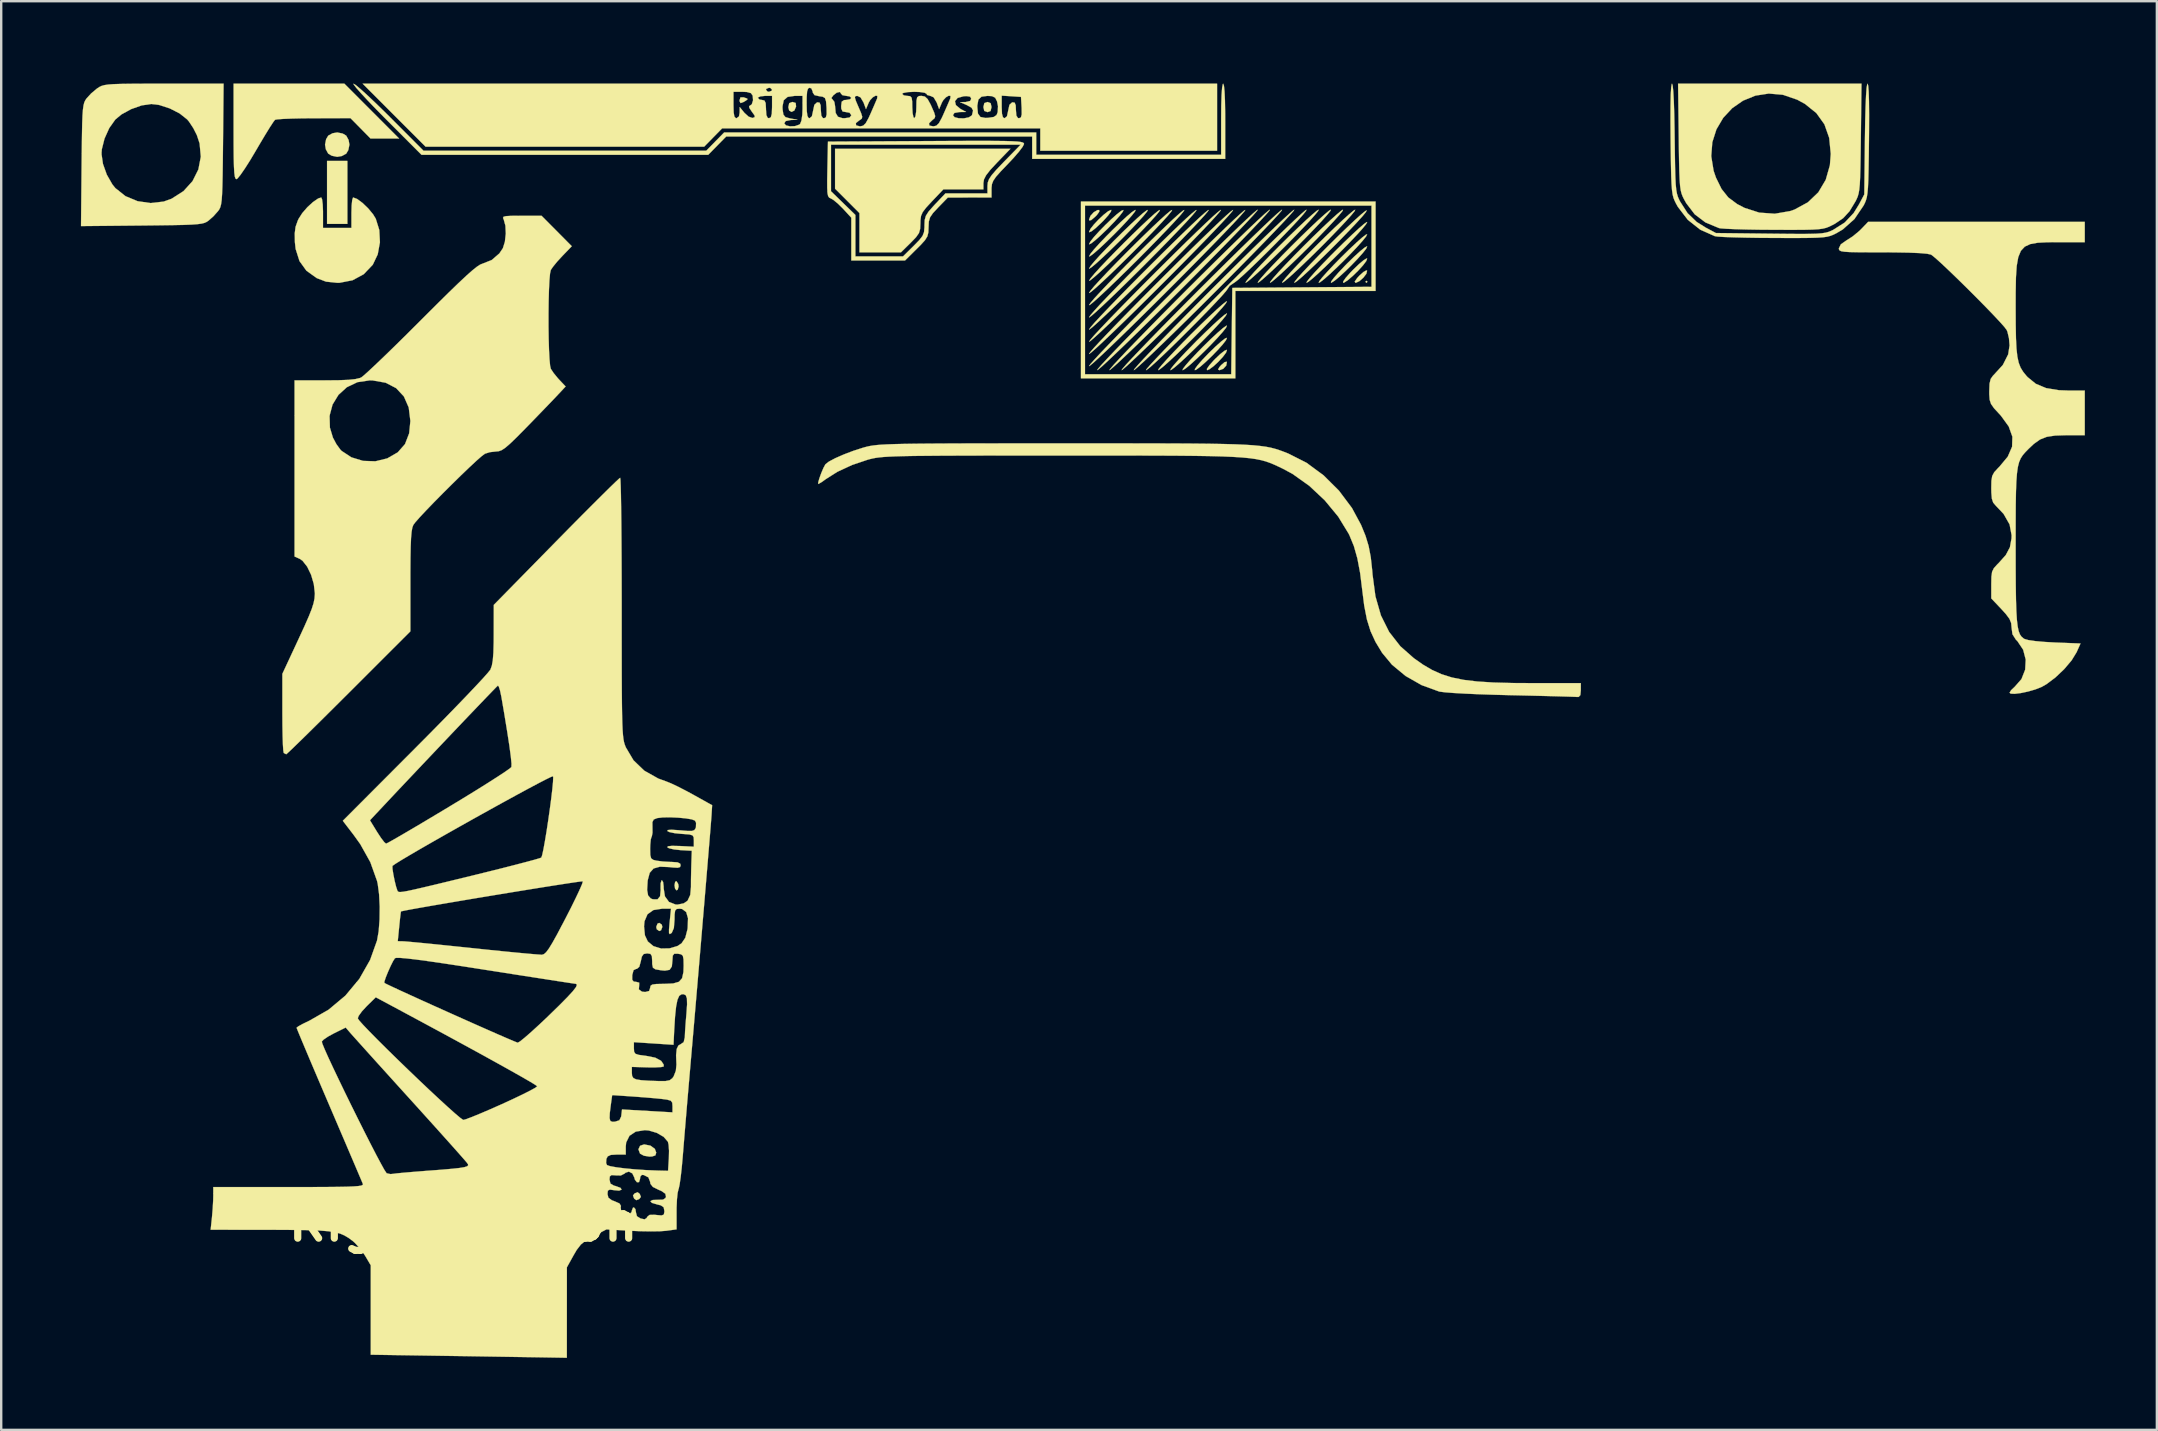
<source format=kicad_pcb>
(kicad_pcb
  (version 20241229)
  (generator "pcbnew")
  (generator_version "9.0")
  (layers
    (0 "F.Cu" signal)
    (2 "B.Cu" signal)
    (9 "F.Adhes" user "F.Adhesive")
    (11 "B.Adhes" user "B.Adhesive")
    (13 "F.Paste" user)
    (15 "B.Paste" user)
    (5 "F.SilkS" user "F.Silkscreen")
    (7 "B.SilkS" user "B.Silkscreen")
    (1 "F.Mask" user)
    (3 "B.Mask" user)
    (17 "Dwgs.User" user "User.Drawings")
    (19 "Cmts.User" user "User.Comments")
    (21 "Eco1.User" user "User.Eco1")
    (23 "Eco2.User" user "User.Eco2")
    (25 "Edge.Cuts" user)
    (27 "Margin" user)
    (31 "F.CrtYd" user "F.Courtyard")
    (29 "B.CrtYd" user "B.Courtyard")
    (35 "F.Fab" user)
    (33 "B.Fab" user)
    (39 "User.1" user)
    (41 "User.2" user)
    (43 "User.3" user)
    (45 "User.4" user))
  (footprint "Righty_Tyson"
    (layer "F.Cu")
    (at 0.25 0.25)
    (property "Reference" "Righty_Tyson" (at 16 47.6 0) (layer "F.SilkS") (effects (font (size 1.524 1.524) (thickness 0.3))))
    (attr through_hole)
    (fp_poly (pts (xy 16.2 19.6) (xy 17.5 20.9) (xy 18.8 19.5) (xy 17.5 18.4)) (stroke (width 0.15) (type solid)) (fill yes) (layer "F.Mask"))
    (fp_poly (pts (xy 8.02 16.49) (xy 8.287 16.66) (xy 8.476 16.928) (xy 8.549 17.278) (xy 8.549 17.288) (xy 8.529 17.553) (xy 8.477 17.768) (xy 8.462 17.802) (xy 8.281 17.995) (xy 8 18.145) (xy 7.688 18.218) (xy 7.627 18.221) (xy 7.387 18.264) (xy 7.119 18.373) (xy 7.07 18.4) (xy 6.766 18.579) (xy 6.773 19.818) (xy 6.767 20.431) (xy 6.735 20.942) (xy 6.668 21.399) (xy 6.554 21.848) (xy 6.384 22.338) (xy 6.147 22.914) (xy 6.056 23.122) (xy 5.903 23.474) (xy 5.779 23.763) (xy 5.697 23.958) (xy 5.671 24.026) (xy 5.741 24.072) (xy 5.934 24.181) (xy 6.223 24.338) (xy 6.58 24.528) (xy 6.681 24.582) (xy 7.178 24.855) (xy 7.518 25.069) (xy 7.703 25.226) (xy 7.739 25.287) (xy 7.76 25.449) (xy 7.777 25.728) (xy 7.785 26.074) (xy 7.786 26.191) (xy 7.807 26.695) (xy 7.868 27.048) (xy 7.914 27.164) (xy 8.005 27.4) (xy 8.041 27.602) (xy 7.986 27.871) (xy 7.849 28.145) (xy 7.671 28.347) (xy 7.623 28.378) (xy 7.346 28.456) (xy 7.017 28.454) (xy 6.718 28.378) (xy 6.593 28.306) (xy 6.484 28.197) (xy 6.428 28.061) (xy 6.411 27.847) (xy 6.417 27.607) (xy 6.443 27.211) (xy 6.487 26.787) (xy 6.517 26.566) (xy 6.556 26.216) (xy 6.534 26.007) (xy 6.506 25.954) (xy 6.398 25.873) (xy 6.173 25.735) (xy 5.862 25.558) (xy 5.497 25.362) (xy 5.484 25.355) (xy 5.119 25.155) (xy 4.806 24.967) (xy 4.579 24.812) (xy 4.47 24.711) (xy 4.469 24.709) (xy 4.423 24.555) (xy 4.372 24.283) (xy 4.327 23.942) (xy 4.314 23.82) (xy 4.244 23.089) (xy 4.873 21.955) (xy 5.501 20.822) (xy 5.501 18.053) (xy 5.819 17.853) (xy 6.214 17.578) (xy 6.57 17.283) (xy 6.747 17.108) (xy 6.886 16.955) (xy 7.07 16.752) (xy 7.112 16.706) (xy 7.397 16.498) (xy 7.712 16.431) (xy 8.02 16.49)) (stroke (width 0.01) (type solid)) (fill yes) (layer "F.Mask"))
    (fp_poly (pts (xy 27.96 2.631) (xy 28.156 2.719) (xy 28.481 2.852) (xy 28.87 2.886) (xy 28.902 2.885) (xy 29.166 2.886) (xy 29.377 2.922) (xy 29.57 3.015) (xy 29.784 3.183) (xy 30.057 3.449) (xy 30.203 3.6) (xy 30.732 4.151) (xy 30.732 4.753) (xy 30.736 5.068) (xy 30.756 5.256) (xy 30.809 5.36) (xy 30.906 5.42) (xy 30.965 5.444) (xy 31.305 5.644) (xy 31.528 5.919) (xy 31.629 6.236) (xy 31.604 6.558) (xy 31.45 6.852) (xy 31.162 7.084) (xy 31.154 7.088) (xy 30.97 7.221) (xy 30.905 7.407) (xy 30.901 7.499) (xy 30.909 7.675) (xy 30.947 7.81) (xy 31.033 7.909) (xy 31.188 7.978) (xy 31.432 8.022) (xy 31.785 8.047) (xy 32.266 8.058) (xy 32.895 8.061) (xy 32.942 8.061) (xy 34.673 8.061) (xy 35.286 7.444) (xy 35.898 6.827) (xy 35.844 6.431) (xy 35.821 6.182) (xy 35.856 6.015) (xy 35.975 5.852) (xy 36.089 5.735) (xy 36.41 5.497) (xy 36.731 5.429) (xy 37.057 5.529) (xy 37.281 5.69) (xy 37.503 5.854) (xy 37.729 5.929) (xy 37.995 5.944) (xy 38.42 5.944) (xy 38.479 4.426) (xy 38.942 3.957) (xy 39.405 3.489) (xy 54.608 3.489) (xy 54.608 2.811) (xy 55.622 2.811) (xy 55.644 6.008) (xy 55.666 9.204) (xy 55.96 9.246) (xy 56.163 9.303) (xy 56.306 9.421) (xy 56.398 9.627) (xy 56.449 9.944) (xy 56.468 10.396) (xy 56.469 10.564) (xy 56.472 10.953) (xy 56.486 11.213) (xy 56.518 11.383) (xy 56.578 11.502) (xy 56.674 11.61) (xy 56.708 11.643) (xy 56.906 11.792) (xy 57.088 11.868) (xy 57.116 11.871) (xy 57.279 11.929) (xy 57.477 12.074) (xy 57.532 12.128) (xy 57.742 12.448) (xy 57.792 12.784) (xy 57.683 13.108) (xy 57.505 13.319) (xy 57.176 13.517) (xy 56.83 13.567) (xy 56.505 13.479) (xy 56.236 13.264) (xy 56.06 12.932) (xy 56.051 12.9) (xy 55.932 12.637) (xy 55.743 12.377) (xy 55.689 12.321) (xy 55.543 12.194) (xy 55.401 12.113) (xy 55.218 12.065) (xy 54.945 12.037) (xy 54.662 12.021) (xy 54.265 11.994) (xy 53.981 11.942) (xy 53.791 11.838) (xy 53.677 11.657) (xy 53.619 11.376) (xy 53.599 10.967) (xy 53.597 10.601) (xy 53.604 10.111) (xy 53.634 9.763) (xy 53.695 9.529) (xy 53.8 9.382) (xy 53.957 9.296) (xy 54.116 9.254) (xy 54.396 9.197) (xy 54.396 4.716) (xy 41.358 4.716) (xy 41.315 7.184) (xy 41.302 7.904) (xy 41.289 8.474) (xy 41.275 8.913) (xy 41.257 9.239) (xy 41.236 9.473) (xy 41.21 9.632) (xy 41.176 9.736) (xy 41.135 9.804) (xy 41.125 9.815) (xy 41.008 10.028) (xy 40.977 10.199) (xy 40.903 10.462) (xy 40.715 10.718) (xy 40.46 10.913) (xy 40.262 10.986) (xy 39.913 10.975) (xy 39.604 10.829) (xy 39.367 10.582) (xy 39.236 10.267) (xy 39.235 9.969) (xy 39.374 9.649) (xy 39.636 9.392) (xy 39.928 9.257) (xy 40.09 9.192) (xy 40.158 9.075) (xy 40.172 8.865) (xy 40.156 8.644) (xy 40.082 8.532) (xy 39.942 8.477) (xy 39.707 8.378) (xy 39.486 8.238) (xy 39.237 8.108) (xy 38.899 8.062) (xy 38.831 8.061) (xy 38.401 8.061) (xy 37.079 9.373) (xy 35.758 10.685) (xy 26.68 10.685) (xy 26.507 10.928) (xy 26.235 11.186) (xy 25.898 11.328) (xy 25.57 11.334) (xy 25.352 11.32) (xy 25.277 11.397) (xy 25.346 11.563) (xy 25.559 11.818) (xy 25.618 11.879) (xy 26.027 12.294) (xy 32.705 12.294) (xy 33.925 12.294) (xy 34.988 12.293) (xy 35.904 12.292) (xy 36.684 12.29) (xy 37.341 12.287) (xy 37.885 12.282) (xy 38.328 12.276) (xy 38.681 12.267) (xy 38.956 12.257) (xy 39.164 12.243) (xy 39.316 12.227) (xy 39.424 12.207) (xy 39.499 12.185) (xy 39.552 12.158) (xy 39.596 12.127) (xy 39.599 12.125) (xy 39.92 11.971) (xy 40.27 11.963) (xy 40.6 12.097) (xy 40.729 12.203) (xy 40.894 12.419) (xy 40.975 12.629) (xy 40.977 12.659) (xy 41.025 12.839) (xy 41.111 12.92) (xy 41.215 12.928) (xy 41.475 12.936) (xy 41.878 12.943) (xy 42.41 12.95) (xy 43.058 12.956) (xy 43.809 12.961) (xy 44.649 12.965) (xy 45.565 12.968) (xy 46.543 12.971) (xy 47.571 12.971) (xy 47.695 12.971) (xy 54.146 12.971) (xy 54.989 13.818) (xy 55.349 14.172) (xy 55.617 14.417) (xy 55.815 14.569) (xy 55.964 14.646) (xy 56.071 14.665) (xy 56.329 14.74) (xy 56.57 14.932) (xy 56.741 15.196) (xy 56.773 15.292) (xy 56.786 15.626) (xy 56.677 15.94) (xy 56.476 16.191) (xy 56.21 16.337) (xy 56.058 16.358) (xy 55.768 16.38) (xy 55.617 16.458) (xy 55.582 16.611) (xy 55.594 16.693) (xy 55.577 17.007) (xy 55.427 17.303) (xy 55.177 17.541) (xy 54.862 17.686) (xy 54.656 17.713) (xy 54.383 17.636) (xy 54.131 17.433) (xy 53.939 17.146) (xy 53.854 16.863) (xy 53.815 16.634) (xy 53.747 16.526) (xy 53.601 16.491) (xy 53.455 16.485) (xy 53.054 16.413) (xy 52.767 16.217) (xy 52.585 15.89) (xy 52.566 15.829) (xy 52.418 15.507) (xy 52.164 15.161) (xy 52.079 15.067) (xy 51.693 14.665) (xy 42.392 14.665) (xy 40.925 14.665) (xy 39.616 14.664) (xy 38.459 14.663) (xy 37.441 14.662) (xy 36.555 14.659) (xy 35.791 14.654) (xy 35.139 14.648) (xy 34.589 14.639) (xy 34.132 14.628) (xy 33.759 14.615) (xy 33.459 14.598) (xy 33.224 14.579) (xy 33.044 14.555) (xy 32.908 14.528) (xy 32.809 14.496) (xy 32.736 14.46) (xy 32.679 14.419) (xy 32.63 14.373) (xy 32.612 14.355) (xy 32.552 14.326) (xy 32.429 14.301) (xy 32.228 14.282) (xy 31.936 14.267) (xy 31.537 14.256) (xy 31.019 14.248) (xy 30.366 14.244) (xy 29.566 14.242) (xy 29.084 14.241) (xy 28.231 14.242) (xy 27.532 14.244) (xy 26.971 14.247) (xy 26.533 14.254) (xy 26.202 14.263) (xy 25.963 14.277) (xy 25.801 14.295) (xy 25.699 14.318) (xy 25.643 14.347) (xy 25.616 14.383) (xy 25.614 14.387) (xy 25.59 14.534) (xy 25.574 14.803) (xy 25.567 15.145) (xy 25.568 15.297) (xy 25.572 15.654) (xy 25.574 15.956) (xy 25.574 16.155) (xy 25.573 16.197) (xy 25.515 16.347) (xy 25.379 16.535) (xy 25.356 16.562) (xy 25.212 16.774) (xy 25.145 16.985) (xy 25.144 17.004) (xy 25.081 17.213) (xy 24.92 17.441) (xy 24.897 17.465) (xy 24.668 17.643) (xy 24.412 17.709) (xy 24.297 17.713) (xy 23.942 17.641) (xy 23.671 17.452) (xy 23.498 17.18) (xy 23.44 16.864) (xy 23.51 16.539) (xy 23.698 16.267) (xy 23.895 16.109) (xy 24.077 16.024) (xy 24.115 16.019) (xy 24.301 16.01) (xy 24.425 15.962) (xy 24.5 15.847) (xy 24.537 15.637) (xy 24.55 15.304) (xy 24.551 15.034) (xy 24.543 14.586) (xy 24.513 14.29) (xy 24.452 14.128) (xy 24.35 14.083) (xy 24.197 14.138) (xy 24.097 14.199) (xy 23.811 14.303) (xy 23.54 14.315) (xy 23.345 14.313) (xy 23.188 14.358) (xy 23.019 14.476) (xy 22.789 14.692) (xy 22.773 14.707) (xy 22.528 14.969) (xy 22.396 15.171) (xy 22.351 15.354) (xy 22.35 15.384) (xy 22.336 15.482) (xy 22.285 15.597) (xy 22.182 15.746) (xy 22.015 15.945) (xy 21.768 16.21) (xy 21.428 16.557) (xy 20.982 17.004) (xy 20.926 17.06) (xy 19.502 18.475) (xy 19.106 18.475) (xy 18.866 18.481) (xy 18.75 18.52) (xy 18.712 18.624) (xy 18.709 18.756) (xy 18.785 19.065) (xy 18.921 19.237) (xy 19.062 19.397) (xy 19.117 19.554) (xy 19.076 19.731) (xy 18.93 19.953) (xy 18.67 20.244) (xy 18.434 20.481) (xy 18.077 20.826) (xy 17.807 21.055) (xy 17.595 21.176) (xy 17.413 21.195) (xy 17.233 21.121) (xy 17.026 20.962) (xy 16.935 20.881) (xy 16.732 20.721) (xy 16.572 20.635) (xy 16.511 20.632) (xy 16.479 20.737) (xy 16.453 21.003) (xy 16.435 21.42) (xy 16.425 21.98) (xy 16.423 22.438) (xy 16.423 24.19) (xy 11.007 29.608) (xy 10.208 30.406) (xy 9.442 31.17) (xy 8.715 31.891) (xy 8.037 32.562) (xy 7.416 33.174) (xy 6.863 33.717) (xy 6.384 34.184) (xy 5.989 34.565) (xy 5.688 34.853) (xy 5.488 35.038) (xy 5.398 35.111) (xy 5.398 35.112) (xy 5.27 35.203) (xy 5.211 35.366) (xy 5.197 35.562) (xy 5.151 35.874) (xy 5.01 36.106) (xy 4.977 36.14) (xy 4.703 36.315) (xy 4.366 36.395) (xy 4.038 36.367) (xy 3.902 36.31) (xy 3.638 36.07) (xy 3.494 35.751) (xy 3.475 35.4) (xy 3.588 35.064) (xy 3.725 34.885) (xy 3.92 34.719) (xy 4.109 34.656) (xy 4.349 34.659) (xy 4.593 34.662) (xy 4.683 34.617) (xy 4.68 34.591) (xy 4.693 34.461) (xy 4.77 34.25) (xy 4.816 34.155) (xy 4.988 33.816) (xy 4.673 33.853) (xy 4.294 33.831) (xy 3.996 33.66) (xy 3.78 33.355) (xy 3.684 33.113) (xy 3.678 32.913) (xy 3.723 32.743) (xy 3.909 32.41) (xy 4.186 32.193) (xy 4.517 32.104) (xy 4.863 32.153) (xy 5.149 32.319) (xy 5.333 32.454) (xy 5.473 32.482) (xy 5.621 32.433) (xy 5.757 32.347) (xy 5.822 32.217) (xy 5.84 31.986) (xy 5.84 31.935) (xy 5.849 31.473) (xy 5.889 31.135) (xy 5.978 30.876) (xy 6.132 30.652) (xy 6.37 30.417) (xy 6.479 30.322) (xy 6.748 30.071) (xy 6.937 29.856) (xy 7.019 29.706) (xy 7.02 29.693) (xy 7.108 29.366) (xy 7.319 29.094) (xy 7.611 28.906) (xy 7.942 28.834) (xy 8.164 28.865) (xy 8.445 28.951) (xy 11.288 26.105) (xy 14.131 23.258) (xy 14.156 21.076) (xy 14.172 19.613) (xy 16.338 19.613) (xy 16.908 20.187) (xy 17.157 20.432) (xy 17.361 20.623) (xy 17.491 20.734) (xy 17.522 20.75) (xy 17.595 20.688) (xy 17.756 20.529) (xy 17.975 20.301) (xy 18.11 20.158) (xy 18.654 19.575) (xy 18.458 19.367) (xy 18.299 19.23) (xy 18.167 19.217) (xy 18.097 19.247) (xy 17.867 19.284) (xy 17.62 19.198) (xy 17.417 19.016) (xy 17.361 18.921) (xy 17.261 18.701) (xy 16.338 19.613) (xy 14.172 19.613) (xy 14.18 18.894) (xy 15.708 17.372) (xy 17.237 15.85) (xy 18.502 15.85) (xy 19.156 15.192) (xy 19.452 14.886) (xy 19.645 14.665) (xy 19.755 14.496) (xy 19.802 14.352) (xy 19.81 14.247) (xy 19.834 14.069) (xy 19.922 13.889) (xy 20.098 13.665) (xy 20.276 13.472) (xy 20.553 13.159) (xy 20.699 12.914) (xy 20.718 12.701) (xy 20.61 12.485) (xy 20.38 12.228) (xy 20.36 12.209) (xy 19.979 11.835) (xy 19.979 8.129) (xy 21.113 6.954) (xy 19.432 5.267) (xy 18.407 5.267) (xy 17.968 5.269) (xy 17.665 5.28) (xy 17.467 5.304) (xy 17.34 5.346) (xy 17.252 5.41) (xy 17.225 5.439) (xy 17.125 5.57) (xy 17.123 5.684) (xy 17.211 5.855) (xy 17.35 6.223) (xy 17.349 6.583) (xy 17.222 6.9) (xy 16.983 7.14) (xy 16.647 7.267) (xy 16.635 7.269) (xy 16.541 7.29) (xy 16.439 7.332) (xy 16.316 7.408) (xy 16.159 7.527) (xy 15.957 7.701) (xy 15.696 7.941) (xy 15.364 8.258) (xy 14.949 8.663) (xy 14.438 9.167) (xy 13.883 9.719) (xy 11.47 12.119) (xy 9.862 12.162) (xy 9.145 12.182) (xy 8.58 12.199) (xy 8.148 12.215) (xy 7.833 12.231) (xy 7.615 12.249) (xy 7.477 12.27) (xy 7.401 12.296) (xy 7.369 12.327) (xy 7.364 12.357) (xy 7.291 12.428) (xy 7.112 12.46) (xy 6.884 12.454) (xy 6.668 12.407) (xy 6.597 12.376) (xy 6.419 12.21) (xy 6.266 11.953) (xy 6.184 11.685) (xy 6.179 11.617) (xy 6.256 11.282) (xy 6.461 11) (xy 6.755 10.804) (xy 7.096 10.725) (xy 7.276 10.74) (xy 7.468 10.798) (xy 7.58 10.868) (xy 7.585 10.923) (xy 7.496 10.939) (xy 7.38 10.979) (xy 7.364 11.015) (xy 7.438 11.047) (xy 7.632 11.029) (xy 7.706 11.014) (xy 8.026 10.98) (xy 8.208 11.023) (xy 8.347 11.053) (xy 8.621 11.078) (xy 8.998 11.097) (xy 9.445 11.107) (xy 9.683 11.109) (xy 10.998 11.109) (xy 12.398 9.699) (xy 12.794 9.298) (xy 13.146 8.935) (xy 13.438 8.628) (xy 13.654 8.395) (xy 13.777 8.254) (xy 13.799 8.219) (xy 13.732 8.135) (xy 13.57 8.03) (xy 13.566 8.028) (xy 13.255 7.807) (xy 12.977 7.509) (xy 12.793 7.201) (xy 12.788 7.187) (xy 12.719 6.877) (xy 12.706 6.512) (xy 12.747 6.169) (xy 12.825 5.944) (xy 12.937 5.683) (xy 12.913 5.513) (xy 12.751 5.418) (xy 12.71 5.409) (xy 12.423 5.288) (xy 12.126 5.065) (xy 11.88 4.79) (xy 11.806 4.668) (xy 11.689 4.27) (xy 11.713 3.847) (xy 11.865 3.444) (xy 12.133 3.107) (xy 12.266 3.004) (xy 12.65 2.84) (xy 13.076 2.808) (xy 13.496 2.898) (xy 13.864 3.102) (xy 14.1 3.358) (xy 14.242 3.574) (xy 20.513 3.553) (xy 26.783 3.531) (xy 26.848 3.287) (xy 27.016 2.936) (xy 27.28 2.7) (xy 27.606 2.593) (xy 27.96 2.631)) (stroke (width 0.01) (type solid)) (fill yes) (layer "F.Mask"))
    (fp_poly (pts (xy 11.174 6.029) (xy 10.327 6.029) (xy 10.327 3.404) (xy 11.174 3.404) (xy 11.174 6.029)) (stroke (width 0.01) (type solid)) (fill yes) (layer "F.SilkS"))
    (fp_poly (pts (xy 53.677 8.442) (xy 53.634 8.484) (xy 53.592 8.442) (xy 53.634 8.399) (xy 53.677 8.442)) (stroke (width 0.01) (type solid)) (fill yes) (layer "F.SilkS"))
    (fp_poly (pts (xy 23.356 46.445) (xy 23.404 46.571) (xy 23.336 46.658) (xy 23.21 46.707) (xy 23.122 46.639) (xy 23.074 46.512) (xy 23.142 46.425) (xy 23.268 46.376) (xy 23.356 46.445)) (stroke (width 0.01) (type solid)) (fill yes) (layer "F.SilkS"))
    (fp_poly (pts (xy 24.274 35.225) (xy 24.297 35.323) (xy 24.244 35.461) (xy 24.17 35.493) (xy 24.067 35.422) (xy 24.043 35.323) (xy 24.096 35.185) (xy 24.17 35.154) (xy 24.274 35.225)) (stroke (width 0.01) (type solid)) (fill yes) (layer "F.SilkS"))
    (fp_poly (pts (xy 24.961 33.538) (xy 24.975 33.635) (xy 24.938 33.77) (xy 24.89 33.799) (xy 24.827 33.727) (xy 24.805 33.583) (xy 24.832 33.439) (xy 24.89 33.418) (xy 24.961 33.538)) (stroke (width 0.01) (type solid)) (fill yes) (layer "F.SilkS"))
    (fp_poly (pts (xy 37.977 0.998) (xy 38.013 1.16) (xy 37.974 1.326) (xy 37.844 1.372) (xy 37.711 1.322) (xy 37.675 1.16) (xy 37.714 0.994) (xy 37.844 0.949) (xy 37.977 0.998)) (stroke (width 0.01) (type solid)) (fill yes) (layer "F.SilkS"))
    (fp_poly (pts (xy 27.684 0.755) (xy 27.821 0.803) (xy 27.853 0.829) (xy 27.789 0.886) (xy 27.684 0.949) (xy 27.555 0.995) (xy 27.516 0.918) (xy 27.515 0.875) (xy 27.555 0.754) (xy 27.684 0.755)) (stroke (width 0.01) (type solid)) (fill yes) (layer "F.SilkS"))
    (fp_poly (pts (xy 47.82 11.784) (xy 47.794 11.931) (xy 47.669 12.067) (xy 47.513 12.125) (xy 47.451 12.096) (xy 47.508 11.995) (xy 47.585 11.908) (xy 47.725 11.789) (xy 47.812 11.772) (xy 47.82 11.784)) (stroke (width 0.01) (type solid)) (fill yes) (layer "F.SilkS"))
    (fp_poly (pts (xy 29.853 0.989) (xy 29.87 1.137) (xy 29.87 1.138) (xy 29.798 1.305) (xy 29.683 1.363) (xy 29.581 1.305) (xy 29.547 1.167) (xy 29.583 0.998) (xy 29.713 0.949) (xy 29.722 0.949) (xy 29.853 0.989)) (stroke (width 0.01) (type solid)) (fill yes) (layer "F.SilkS"))
    (fp_poly (pts (xy 42.504 5.52) (xy 42.403 5.659) (xy 42.335 5.728) (xy 42.165 5.872) (xy 42.086 5.884) (xy 42.077 5.846) (xy 42.136 5.693) (xy 42.273 5.543) (xy 42.427 5.453) (xy 42.5 5.45) (xy 42.504 5.52)) (stroke (width 0.01) (type solid)) (fill yes) (layer "F.SilkS"))
    (fp_poly (pts (xy 53.663 7.979) (xy 53.631 8.106) (xy 53.507 8.269) (xy 53.344 8.413) (xy 53.194 8.483) (xy 53.18 8.484) (xy 53.145 8.435) (xy 53.246 8.288) (xy 53.341 8.184) (xy 53.512 8.031) (xy 53.632 7.965) (xy 53.663 7.979)) (stroke (width 0.01) (type solid)) (fill yes) (layer "F.SilkS"))
    (fp_poly (pts (xy 23.8 44.434) (xy 23.984 44.567) (xy 24.043 44.724) (xy 24.008 44.841) (xy 23.871 44.886) (xy 23.757 44.891) (xy 23.53 44.855) (xy 23.372 44.77) (xy 23.367 44.765) (xy 23.3 44.587) (xy 23.37 44.44) (xy 23.538 44.383) (xy 23.8 44.434)) (stroke (width 0.01) (type solid)) (fill yes) (layer "F.SilkS"))
    (fp_poly (pts (xy 47.823 11.284) (xy 47.784 11.394) (xy 47.652 11.57) (xy 47.467 11.77) (xy 47.267 11.956) (xy 47.091 12.087) (xy 46.994 12.125) (xy 46.986 12.071) (xy 47.085 11.926) (xy 47.275 11.712) (xy 47.329 11.657) (xy 47.548 11.449) (xy 47.72 11.315) (xy 47.814 11.275) (xy 47.823 11.284)) (stroke (width 0.01) (type solid)) (fill yes) (layer "F.SilkS"))
    (fp_poly (pts (xy 43.002 5.448) (xy 42.99 5.516) (xy 42.877 5.672) (xy 42.684 5.887) (xy 42.587 5.984) (xy 42.354 6.202) (xy 42.179 6.339) (xy 42.086 6.377) (xy 42.077 6.362) (xy 42.134 6.238) (xy 42.28 6.053) (xy 42.476 5.844) (xy 42.685 5.649) (xy 42.87 5.503) (xy 42.991 5.446) (xy 43.002 5.448)) (stroke (width 0.01) (type solid)) (fill yes) (layer "F.SilkS"))
    (fp_poly (pts (xy 53.665 7.475) (xy 53.625 7.58) (xy 53.49 7.758) (xy 53.296 7.972) (xy 53.078 8.185) (xy 52.873 8.363) (xy 52.716 8.469) (xy 52.666 8.484) (xy 52.665 8.43) (xy 52.766 8.283) (xy 52.953 8.07) (xy 53.086 7.932) (xy 53.326 7.702) (xy 53.52 7.54) (xy 53.64 7.468) (xy 53.665 7.475)) (stroke (width 0.01) (type solid)) (fill yes) (layer "F.SilkS"))
    (fp_poly (pts (xy 10.977 2.264) (xy 11.126 2.352) (xy 11.225 2.534) (xy 11.259 2.727) (xy 11.213 2.953) (xy 11.126 3.102) (xy 10.944 3.201) (xy 10.751 3.235) (xy 10.524 3.189) (xy 10.376 3.102) (xy 10.276 2.92) (xy 10.243 2.727) (xy 10.288 2.5) (xy 10.376 2.352) (xy 10.558 2.252) (xy 10.751 2.219) (xy 10.977 2.264)) (stroke (width 0.01) (type solid)) (fill yes) (layer "F.SilkS"))
    (fp_poly (pts (xy 54.015 8.823) (xy 48.173 8.823) (xy 48.173 12.463) (xy 41.739 12.463) (xy 41.739 5.267) (xy 41.908 5.267) (xy 41.908 12.294) (xy 48.001 12.294) (xy 48.023 10.495) (xy 48.046 8.696) (xy 50.946 8.673) (xy 53.846 8.651) (xy 53.846 5.267) (xy 41.908 5.267) (xy 41.739 5.267) (xy 41.739 5.097) (xy 54.015 5.097) (xy 54.015 8.823)) (stroke (width 0.01) (type solid)) (fill yes) (layer "F.SilkS"))
    (fp_poly (pts (xy 43.489 5.515) (xy 43.366 5.676) (xy 43.16 5.909) (xy 42.89 6.19) (xy 42.841 6.239) (xy 42.556 6.513) (xy 42.32 6.723) (xy 42.154 6.851) (xy 42.079 6.879) (xy 42.077 6.872) (xy 42.134 6.76) (xy 42.285 6.571) (xy 42.501 6.334) (xy 42.752 6.077) (xy 43.007 5.831) (xy 43.239 5.624) (xy 43.417 5.487) (xy 43.509 5.448) (xy 43.489 5.515)) (stroke (width 0.01) (type solid)) (fill yes) (layer "F.SilkS"))
    (fp_poly (pts (xy 47.823 10.778) (xy 47.781 10.877) (xy 47.641 11.057) (xy 47.435 11.287) (xy 47.192 11.537) (xy 46.944 11.775) (xy 46.721 11.972) (xy 46.552 12.097) (xy 46.484 12.125) (xy 46.49 12.07) (xy 46.6 11.919) (xy 46.794 11.696) (xy 47.055 11.423) (xy 47.074 11.404) (xy 47.352 11.134) (xy 47.585 10.926) (xy 47.75 10.8) (xy 47.822 10.776) (xy 47.823 10.778)) (stroke (width 0.01) (type solid)) (fill yes) (layer "F.SilkS"))
    (fp_poly (pts (xy 53.665 6.968) (xy 53.622 7.065) (xy 53.48 7.245) (xy 53.269 7.481) (xy 53.018 7.743) (xy 52.753 8.003) (xy 52.505 8.232) (xy 52.302 8.4) (xy 52.172 8.481) (xy 52.156 8.484) (xy 52.165 8.429) (xy 52.278 8.277) (xy 52.476 8.05) (xy 52.742 7.769) (xy 52.831 7.678) (xy 53.126 7.391) (xy 53.377 7.163) (xy 53.562 7.014) (xy 53.657 6.962) (xy 53.665 6.968)) (stroke (width 0.01) (type solid)) (fill yes) (layer "F.SilkS"))
    (fp_poly (pts (xy 43.991 5.514) (xy 43.862 5.678) (xy 43.646 5.921) (xy 43.361 6.223) (xy 43.094 6.493) (xy 42.762 6.817) (xy 42.476 7.084) (xy 42.254 7.276) (xy 42.115 7.377) (xy 42.077 7.381) (xy 42.134 7.276) (xy 42.289 7.086) (xy 42.516 6.835) (xy 42.79 6.548) (xy 43.086 6.251) (xy 43.379 5.967) (xy 43.644 5.723) (xy 43.856 5.543) (xy 43.989 5.453) (xy 44.016 5.447) (xy 43.991 5.514)) (stroke (width 0.01) (type solid)) (fill yes) (layer "F.SilkS"))
    (fp_poly (pts (xy 47.779 10.364) (xy 47.634 10.545) (xy 47.416 10.789) (xy 47.149 11.07) (xy 46.859 11.361) (xy 46.573 11.638) (xy 46.315 11.874) (xy 46.111 12.044) (xy 45.988 12.122) (xy 45.975 12.125) (xy 45.988 12.069) (xy 46.106 11.914) (xy 46.311 11.681) (xy 46.587 11.387) (xy 46.82 11.15) (xy 47.146 10.83) (xy 47.43 10.566) (xy 47.65 10.375) (xy 47.788 10.276) (xy 47.823 10.27) (xy 47.779 10.364)) (stroke (width 0.01) (type solid)) (fill yes) (layer "F.SilkS"))
    (fp_poly (pts (xy 53.62 6.552) (xy 53.474 6.734) (xy 53.253 6.981) (xy 52.98 7.269) (xy 52.68 7.573) (xy 52.378 7.869) (xy 52.098 8.131) (xy 51.865 8.336) (xy 51.703 8.46) (xy 51.647 8.484) (xy 51.663 8.428) (xy 51.782 8.272) (xy 51.991 8.036) (xy 52.271 7.737) (xy 52.577 7.425) (xy 52.918 7.09) (xy 53.217 6.809) (xy 53.454 6.599) (xy 53.61 6.479) (xy 53.665 6.461) (xy 53.62 6.552)) (stroke (width 0.01) (type solid)) (fill yes) (layer "F.SilkS"))
    (fp_poly (pts (xy 44.495 5.513) (xy 44.361 5.68) (xy 44.138 5.929) (xy 43.842 6.244) (xy 43.489 6.607) (xy 43.348 6.748) (xy 42.974 7.115) (xy 42.644 7.429) (xy 42.375 7.674) (xy 42.183 7.834) (xy 42.086 7.895) (xy 42.077 7.889) (xy 42.135 7.79) (xy 42.292 7.6) (xy 42.526 7.341) (xy 42.816 7.035) (xy 43.139 6.706) (xy 43.473 6.374) (xy 43.796 6.062) (xy 44.085 5.792) (xy 44.318 5.586) (xy 44.474 5.467) (xy 44.524 5.447) (xy 44.495 5.513)) (stroke (width 0.01) (type solid)) (fill yes) (layer "F.SilkS"))
    (fp_poly (pts (xy 47.824 9.763) (xy 47.777 9.852) (xy 47.629 10.034) (xy 47.402 10.287) (xy 47.119 10.586) (xy 46.802 10.91) (xy 46.474 11.236) (xy 46.158 11.542) (xy 45.875 11.805) (xy 45.649 12.002) (xy 45.502 12.111) (xy 45.466 12.125) (xy 45.485 12.068) (xy 45.608 11.911) (xy 45.822 11.67) (xy 46.109 11.363) (xy 46.456 11.007) (xy 46.565 10.896) (xy 46.934 10.533) (xy 47.262 10.221) (xy 47.53 9.977) (xy 47.721 9.818) (xy 47.816 9.759) (xy 47.824 9.763)) (stroke (width 0.01) (type solid)) (fill yes) (layer "F.SilkS"))
    (fp_poly (pts (xy 53.666 5.953) (xy 53.619 6.041) (xy 53.47 6.224) (xy 53.241 6.478) (xy 52.953 6.782) (xy 52.629 7.115) (xy 52.29 7.454) (xy 51.958 7.778) (xy 51.655 8.064) (xy 51.402 8.292) (xy 51.221 8.439) (xy 51.139 8.484) (xy 51.158 8.428) (xy 51.284 8.269) (xy 51.499 8.026) (xy 51.791 7.715) (xy 52.142 7.353) (xy 52.323 7.171) (xy 52.705 6.794) (xy 53.046 6.468) (xy 53.328 6.208) (xy 53.535 6.031) (xy 53.649 5.952) (xy 53.666 5.953)) (stroke (width 0.01) (type solid)) (fill yes) (layer "F.SilkS"))
    (fp_poly (pts (xy 38.239 3.48) (xy 37.959 3.782) (xy 37.786 4.004) (xy 37.698 4.177) (xy 37.675 4.327) (xy 37.675 4.589) (xy 36.007 4.589) (xy 35.529 5.091) (xy 35.29 5.349) (xy 35.147 5.535) (xy 35.076 5.696) (xy 35.052 5.879) (xy 35.05 6.004) (xy 35.039 6.238) (xy 34.989 6.412) (xy 34.869 6.583) (xy 34.652 6.808) (xy 34.645 6.815) (xy 34.24 7.214) (xy 32.51 7.214) (xy 32.51 5.578) (xy 31.494 4.562) (xy 31.494 2.896) (xy 38.803 2.896) (xy 38.239 3.48)) (stroke (width 0.01) (type solid)) (fill yes) (layer "F.SilkS"))
    (fp_poly (pts (xy 45 5.513) (xy 44.863 5.681) (xy 44.634 5.935) (xy 44.329 6.259) (xy 43.962 6.638) (xy 43.602 7.002) (xy 43.191 7.408) (xy 42.821 7.763) (xy 42.51 8.054) (xy 42.271 8.265) (xy 42.122 8.383) (xy 42.077 8.398) (xy 42.135 8.302) (xy 42.294 8.112) (xy 42.534 7.847) (xy 42.835 7.529) (xy 43.178 7.177) (xy 43.541 6.811) (xy 43.905 6.452) (xy 44.25 6.119) (xy 44.556 5.832) (xy 44.802 5.611) (xy 44.968 5.478) (xy 45.031 5.447) (xy 45 5.513)) (stroke (width 0.01) (type solid)) (fill yes) (layer "F.SilkS"))
    (fp_poly (pts (xy 47.776 9.342) (xy 47.626 9.524) (xy 47.393 9.782) (xy 47.098 10.094) (xy 46.761 10.441) (xy 46.403 10.802) (xy 46.044 11.156) (xy 45.705 11.484) (xy 45.405 11.764) (xy 45.166 11.976) (xy 45.007 12.101) (xy 44.958 12.125) (xy 44.98 12.068) (xy 45.108 11.909) (xy 45.328 11.662) (xy 45.625 11.345) (xy 45.985 10.972) (xy 46.311 10.642) (xy 46.718 10.24) (xy 47.085 9.886) (xy 47.395 9.597) (xy 47.632 9.387) (xy 47.78 9.271) (xy 47.824 9.255) (xy 47.776 9.342)) (stroke (width 0.01) (type solid)) (fill yes) (layer "F.SilkS"))
    (fp_poly (pts (xy 51.621 5.493) (xy 51.492 5.652) (xy 51.271 5.9) (xy 50.972 6.218) (xy 50.61 6.593) (xy 50.248 6.96) (xy 49.828 7.375) (xy 49.443 7.747) (xy 49.11 8.06) (xy 48.846 8.297) (xy 48.668 8.444) (xy 48.598 8.484) (xy 48.621 8.427) (xy 48.75 8.268) (xy 48.97 8.02) (xy 49.269 7.702) (xy 49.631 7.327) (xy 49.994 6.96) (xy 50.413 6.545) (xy 50.798 6.173) (xy 51.131 5.86) (xy 51.396 5.623) (xy 51.573 5.476) (xy 51.643 5.436) (xy 51.621 5.493)) (stroke (width 0.01) (type solid)) (fill yes) (layer "F.SilkS"))
    (fp_poly (pts (xy 52.129 5.493) (xy 52 5.652) (xy 51.779 5.9) (xy 51.48 6.218) (xy 51.118 6.593) (xy 50.756 6.96) (xy 50.336 7.375) (xy 49.951 7.747) (xy 49.618 8.06) (xy 49.354 8.297) (xy 49.176 8.444) (xy 49.106 8.484) (xy 49.129 8.427) (xy 49.258 8.268) (xy 49.478 8.02) (xy 49.777 7.702) (xy 50.139 7.327) (xy 50.502 6.96) (xy 50.921 6.545) (xy 51.306 6.173) (xy 51.639 5.86) (xy 51.904 5.623) (xy 52.081 5.476) (xy 52.151 5.436) (xy 52.129 5.493)) (stroke (width 0.01) (type solid)) (fill yes) (layer "F.SilkS"))
    (fp_poly (pts (xy 52.637 5.493) (xy 52.508 5.652) (xy 52.287 5.9) (xy 51.988 6.218) (xy 51.626 6.593) (xy 51.264 6.96) (xy 50.844 7.375) (xy 50.459 7.747) (xy 50.126 8.06) (xy 49.862 8.297) (xy 49.684 8.444) (xy 49.614 8.484) (xy 49.637 8.427) (xy 49.766 8.268) (xy 49.986 8.02) (xy 50.285 7.702) (xy 50.647 7.327) (xy 51.01 6.96) (xy 51.429 6.545) (xy 51.814 6.173) (xy 52.147 5.86) (xy 52.412 5.623) (xy 52.589 5.476) (xy 52.659 5.436) (xy 52.637 5.493)) (stroke (width 0.01) (type solid)) (fill yes) (layer "F.SilkS"))
    (fp_poly (pts (xy 53.145 5.493) (xy 53.016 5.652) (xy 52.795 5.9) (xy 52.496 6.218) (xy 52.134 6.593) (xy 51.772 6.96) (xy 51.352 7.375) (xy 50.967 7.747) (xy 50.634 8.06) (xy 50.37 8.297) (xy 50.192 8.444) (xy 50.122 8.484) (xy 50.145 8.427) (xy 50.274 8.268) (xy 50.494 8.02) (xy 50.793 7.702) (xy 51.155 7.327) (xy 51.518 6.96) (xy 51.937 6.545) (xy 52.322 6.173) (xy 52.655 5.86) (xy 52.92 5.623) (xy 53.097 5.476) (xy 53.167 5.436) (xy 53.145 5.493)) (stroke (width 0.01) (type solid)) (fill yes) (layer "F.SilkS"))
    (fp_poly (pts (xy 53.61 5.539) (xy 53.469 5.712) (xy 53.243 5.961) (xy 52.953 6.269) (xy 52.618 6.615) (xy 52.257 6.981) (xy 51.889 7.345) (xy 51.534 7.691) (xy 51.212 7.996) (xy 50.942 8.243) (xy 50.744 8.412) (xy 50.636 8.483) (xy 50.63 8.484) (xy 50.652 8.427) (xy 50.781 8.267) (xy 51.003 8.02) (xy 51.302 7.701) (xy 51.665 7.326) (xy 52.044 6.943) (xy 52.462 6.529) (xy 52.841 6.163) (xy 53.166 5.858) (xy 53.42 5.63) (xy 53.587 5.495) (xy 53.648 5.464) (xy 53.61 5.539)) (stroke (width 0.01) (type solid)) (fill yes) (layer "F.SilkS"))
    (fp_poly (pts (xy 45.506 5.512) (xy 45.366 5.681) (xy 45.133 5.939) (xy 44.82 6.271) (xy 44.442 6.663) (xy 44.013 7.098) (xy 43.856 7.256) (xy 43.41 7.697) (xy 43.005 8.091) (xy 42.655 8.422) (xy 42.376 8.678) (xy 42.181 8.845) (xy 42.085 8.91) (xy 42.077 8.906) (xy 42.135 8.813) (xy 42.295 8.623) (xy 42.54 8.355) (xy 42.85 8.027) (xy 43.207 7.659) (xy 43.593 7.267) (xy 43.989 6.872) (xy 44.377 6.491) (xy 44.738 6.143) (xy 45.054 5.846) (xy 45.305 5.62) (xy 45.474 5.481) (xy 45.539 5.447) (xy 45.506 5.512)) (stroke (width 0.01) (type solid)) (fill yes) (layer "F.SilkS"))
    (fp_poly (pts (xy 46.012 5.512) (xy 45.87 5.682) (xy 45.633 5.942) (xy 45.314 6.281) (xy 44.927 6.682) (xy 44.485 7.133) (xy 44.11 7.51) (xy 43.632 7.984) (xy 43.193 8.412) (xy 42.809 8.78) (xy 42.492 9.077) (xy 42.255 9.288) (xy 42.114 9.402) (xy 42.077 9.414) (xy 42.135 9.323) (xy 42.296 9.133) (xy 42.544 8.863) (xy 42.862 8.528) (xy 43.231 8.146) (xy 43.635 7.735) (xy 44.057 7.311) (xy 44.479 6.893) (xy 44.884 6.497) (xy 45.255 6.14) (xy 45.574 5.839) (xy 45.824 5.613) (xy 45.989 5.478) (xy 46.047 5.447) (xy 46.012 5.512)) (stroke (width 0.01) (type solid)) (fill yes) (layer "F.SilkS"))
    (fp_poly (pts (xy 12.19 1.33) (xy 13.331 2.473) (xy 12.141 2.473) (xy 11.724 2.049) (xy 11.307 1.626) (xy 9.78 1.627) (xy 9.285 1.631) (xy 8.846 1.641) (xy 8.493 1.655) (xy 8.254 1.673) (xy 8.161 1.691) (xy 8.089 1.782) (xy 7.95 1.994) (xy 7.76 2.302) (xy 7.535 2.679) (xy 7.371 2.959) (xy 7.131 3.363) (xy 6.911 3.71) (xy 6.729 3.974) (xy 6.601 4.132) (xy 6.553 4.166) (xy 6.514 4.142) (xy 6.484 4.059) (xy 6.463 3.898) (xy 6.448 3.64) (xy 6.438 3.266) (xy 6.434 2.759) (xy 6.433 2.176) (xy 6.433 0.187) (xy 11.049 0.187) (xy 12.19 1.33)) (stroke (width 0.01) (type solid)) (fill yes) (layer "F.SilkS"))
    (fp_poly (pts (xy 46.519 5.511) (xy 46.374 5.682) (xy 46.134 5.945) (xy 45.81 6.288) (xy 45.416 6.698) (xy 44.963 7.161) (xy 44.463 7.664) (xy 44.364 7.764) (xy 43.855 8.269) (xy 43.386 8.729) (xy 42.969 9.131) (xy 42.617 9.464) (xy 42.343 9.716) (xy 42.16 9.874) (xy 42.08 9.926) (xy 42.077 9.922) (xy 42.135 9.833) (xy 42.298 9.644) (xy 42.548 9.37) (xy 42.872 9.03) (xy 43.251 8.638) (xy 43.67 8.21) (xy 44.112 7.764) (xy 44.562 7.315) (xy 45.004 6.879) (xy 45.42 6.473) (xy 45.795 6.113) (xy 46.112 5.815) (xy 46.356 5.595) (xy 46.51 5.47) (xy 46.555 5.447) (xy 46.519 5.511)) (stroke (width 0.01) (type solid)) (fill yes) (layer "F.SilkS"))
    (fp_poly (pts (xy 47.025 5.511) (xy 46.879 5.682) (xy 46.636 5.947) (xy 46.308 6.295) (xy 45.907 6.711) (xy 45.444 7.185) (xy 44.932 7.703) (xy 44.618 8.018) (xy 44.081 8.552) (xy 43.582 9.042) (xy 43.135 9.476) (xy 42.75 9.843) (xy 42.441 10.132) (xy 42.22 10.33) (xy 42.098 10.426) (xy 42.077 10.43) (xy 42.135 10.342) (xy 42.298 10.153) (xy 42.552 9.878) (xy 42.88 9.533) (xy 43.267 9.132) (xy 43.699 8.691) (xy 44.159 8.226) (xy 44.633 7.752) (xy 45.104 7.283) (xy 45.559 6.836) (xy 45.98 6.426) (xy 46.354 6.068) (xy 46.664 5.777) (xy 46.896 5.57) (xy 47.033 5.46) (xy 47.063 5.447) (xy 47.025 5.511)) (stroke (width 0.01) (type solid)) (fill yes) (layer "F.SilkS"))
    (fp_poly (pts (xy 47.532 5.511) (xy 47.385 5.682) (xy 47.139 5.949) (xy 46.807 6.3) (xy 46.4 6.722) (xy 45.93 7.205) (xy 45.406 7.736) (xy 44.872 8.272) (xy 44.307 8.833) (xy 43.781 9.352) (xy 43.305 9.816) (xy 42.89 10.215) (xy 42.548 10.538) (xy 42.291 10.773) (xy 42.13 10.91) (xy 42.077 10.938) (xy 42.135 10.852) (xy 42.299 10.663) (xy 42.555 10.387) (xy 42.887 10.037) (xy 43.282 9.629) (xy 43.724 9.177) (xy 44.199 8.695) (xy 44.693 8.199) (xy 45.191 7.703) (xy 45.678 7.221) (xy 46.139 6.768) (xy 46.561 6.359) (xy 46.928 6.008) (xy 47.226 5.73) (xy 47.44 5.54) (xy 47.556 5.451) (xy 47.571 5.447) (xy 47.532 5.511)) (stroke (width 0.01) (type solid)) (fill yes) (layer "F.SilkS"))
    (fp_poly (pts (xy 48.079 5.447) (xy 48.039 5.511) (xy 47.89 5.683) (xy 47.643 5.951) (xy 47.308 6.305) (xy 46.896 6.732) (xy 46.417 7.223) (xy 45.884 7.764) (xy 45.306 8.346) (xy 45.126 8.526) (xy 44.535 9.114) (xy 43.983 9.659) (xy 43.479 10.152) (xy 43.035 10.581) (xy 42.663 10.936) (xy 42.372 11.206) (xy 42.175 11.38) (xy 42.083 11.449) (xy 42.077 11.446) (xy 42.135 11.361) (xy 42.3 11.172) (xy 42.557 10.895) (xy 42.893 10.542) (xy 43.294 10.127) (xy 43.746 9.665) (xy 44.234 9.17) (xy 44.745 8.655) (xy 45.266 8.135) (xy 45.781 7.623) (xy 46.277 7.133) (xy 46.741 6.68) (xy 47.158 6.277) (xy 47.513 5.938) (xy 47.794 5.678) (xy 47.986 5.509) (xy 48.076 5.447) (xy 48.079 5.447)) (stroke (width 0.01) (type solid)) (fill yes) (layer "F.SilkS"))
    (fp_poly (pts (xy 48.547 5.511) (xy 48.396 5.683) (xy 48.147 5.953) (xy 47.809 6.309) (xy 47.392 6.741) (xy 46.907 7.238) (xy 46.365 7.789) (xy 45.776 8.383) (xy 45.38 8.78) (xy 44.765 9.393) (xy 44.187 9.964) (xy 43.657 10.484) (xy 43.186 10.941) (xy 42.784 11.327) (xy 42.462 11.629) (xy 42.231 11.839) (xy 42.102 11.945) (xy 42.077 11.955) (xy 42.135 11.87) (xy 42.301 11.682) (xy 42.559 11.403) (xy 42.899 11.047) (xy 43.305 10.627) (xy 43.765 10.156) (xy 44.265 9.649) (xy 44.792 9.118) (xy 45.332 8.576) (xy 45.872 8.038) (xy 46.399 7.516) (xy 46.899 7.024) (xy 47.359 6.576) (xy 47.766 6.184) (xy 48.105 5.862) (xy 48.365 5.623) (xy 48.53 5.481) (xy 48.587 5.447) (xy 48.547 5.511)) (stroke (width 0.01) (type solid)) (fill yes) (layer "F.SilkS"))
    (fp_poly (pts (xy 49.07 5.494) (xy 48.925 5.66) (xy 48.681 5.925) (xy 48.348 6.276) (xy 47.935 6.705) (xy 47.453 7.199) (xy 46.913 7.748) (xy 46.324 8.342) (xy 45.887 8.78) (xy 45.264 9.402) (xy 44.673 9.986) (xy 44.127 10.522) (xy 43.637 10.999) (xy 43.214 11.405) (xy 42.869 11.732) (xy 42.614 11.966) (xy 42.459 12.099) (xy 42.417 12.125) (xy 42.451 12.067) (xy 42.595 11.9) (xy 42.839 11.636) (xy 43.173 11.284) (xy 43.586 10.856) (xy 44.067 10.362) (xy 44.608 9.812) (xy 45.197 9.218) (xy 45.633 8.78) (xy 46.257 8.159) (xy 46.847 7.575) (xy 47.393 7.039) (xy 47.883 6.562) (xy 48.306 6.155) (xy 48.651 5.829) (xy 48.907 5.594) (xy 49.062 5.462) (xy 49.104 5.436) (xy 49.07 5.494)) (stroke (width 0.01) (type solid)) (fill yes) (layer "F.SilkS"))
    (fp_poly (pts (xy 49.578 5.494) (xy 49.433 5.66) (xy 49.189 5.925) (xy 48.856 6.276) (xy 48.443 6.705) (xy 47.961 7.199) (xy 47.421 7.748) (xy 46.832 8.342) (xy 46.395 8.78) (xy 45.772 9.402) (xy 45.181 9.986) (xy 44.635 10.522) (xy 44.145 10.999) (xy 43.722 11.405) (xy 43.377 11.732) (xy 43.122 11.966) (xy 42.967 12.099) (xy 42.925 12.125) (xy 42.959 12.067) (xy 43.103 11.9) (xy 43.347 11.636) (xy 43.681 11.284) (xy 44.094 10.856) (xy 44.575 10.362) (xy 45.116 9.812) (xy 45.705 9.218) (xy 46.141 8.78) (xy 46.765 8.159) (xy 47.355 7.575) (xy 47.901 7.039) (xy 48.391 6.562) (xy 48.814 6.155) (xy 49.159 5.829) (xy 49.415 5.594) (xy 49.57 5.462) (xy 49.612 5.436) (xy 49.578 5.494)) (stroke (width 0.01) (type solid)) (fill yes) (layer "F.SilkS"))
    (fp_poly (pts (xy 50.086 5.494) (xy 49.941 5.66) (xy 49.697 5.925) (xy 49.364 6.276) (xy 48.951 6.705) (xy 48.469 7.199) (xy 47.929 7.748) (xy 47.34 8.342) (xy 46.903 8.78) (xy 46.28 9.402) (xy 45.689 9.986) (xy 45.143 10.522) (xy 44.653 10.999) (xy 44.23 11.405) (xy 43.885 11.732) (xy 43.63 11.966) (xy 43.475 12.099) (xy 43.433 12.125) (xy 43.467 12.067) (xy 43.611 11.9) (xy 43.855 11.636) (xy 44.189 11.284) (xy 44.602 10.856) (xy 45.083 10.362) (xy 45.624 9.812) (xy 46.213 9.218) (xy 46.649 8.78) (xy 47.273 8.159) (xy 47.863 7.575) (xy 48.409 7.039) (xy 48.899 6.562) (xy 49.322 6.155) (xy 49.667 5.829) (xy 49.923 5.594) (xy 50.078 5.462) (xy 50.12 5.436) (xy 50.086 5.494)) (stroke (width 0.01) (type solid)) (fill yes) (layer "F.SilkS"))
    (fp_poly (pts (xy 50.594 5.494) (xy 50.449 5.66) (xy 50.205 5.925) (xy 49.872 6.276) (xy 49.459 6.705) (xy 48.977 7.199) (xy 48.437 7.748) (xy 47.848 8.342) (xy 47.411 8.78) (xy 46.788 9.402) (xy 46.197 9.986) (xy 45.651 10.522) (xy 45.161 10.999) (xy 44.738 11.405) (xy 44.393 11.732) (xy 44.138 11.966) (xy 43.983 12.099) (xy 43.941 12.125) (xy 43.975 12.067) (xy 44.119 11.9) (xy 44.363 11.636) (xy 44.697 11.284) (xy 45.11 10.856) (xy 45.591 10.362) (xy 46.132 9.812) (xy 46.721 9.218) (xy 47.157 8.78) (xy 47.781 8.159) (xy 48.371 7.575) (xy 48.917 7.039) (xy 49.407 6.562) (xy 49.83 6.155) (xy 50.175 5.829) (xy 50.431 5.594) (xy 50.586 5.462) (xy 50.628 5.436) (xy 50.594 5.494)) (stroke (width 0.01) (type solid)) (fill yes) (layer "F.SilkS"))
    (fp_poly (pts (xy 47.697 0.269) (xy 47.722 0.511) (xy 47.74 0.899) (xy 47.749 1.424) (xy 47.75 1.753) (xy 47.75 3.319) (xy 39.707 3.319) (xy 39.707 2.388) (xy 26.957 2.388) (xy 26.209 3.15) (xy 14.263 3.15) (xy 12.783 1.668) (xy 12.383 1.263) (xy 12.034 0.9) (xy 11.751 0.595) (xy 11.547 0.365) (xy 11.439 0.224) (xy 11.43 0.187) (xy 11.524 0.244) (xy 11.717 0.406) (xy 11.993 0.655) (xy 12.331 0.975) (xy 12.715 1.348) (xy 12.952 1.584) (xy 14.347 2.981) (xy 26.125 2.981) (xy 26.499 2.6) (xy 26.873 2.219) (xy 39.876 2.219) (xy 39.876 3.15) (xy 47.581 3.15) (xy 47.581 1.668) (xy 47.585 1.096) (xy 47.599 0.653) (xy 47.621 0.351) (xy 47.651 0.201) (xy 47.665 0.187) (xy 47.697 0.269)) (stroke (width 0.01) (type solid)) (fill yes) (layer "F.SilkS"))
    (fp_poly (pts (xy 11.583 4.991) (xy 11.804 5.155) (xy 12.038 5.379) (xy 12.243 5.626) (xy 12.357 5.813) (xy 12.504 6.284) (xy 12.53 6.797) (xy 12.439 7.297) (xy 12.235 7.726) (xy 12.23 7.733) (xy 11.856 8.125) (xy 11.391 8.377) (xy 10.852 8.482) (xy 10.751 8.484) (xy 10.284 8.435) (xy 9.896 8.287) (xy 9.468 7.98) (xy 9.178 7.578) (xy 9.018 7.073) (xy 8.987 6.791) (xy 8.98 6.425) (xy 9.015 6.151) (xy 9.106 5.894) (xy 9.144 5.813) (xy 9.295 5.578) (xy 9.508 5.332) (xy 9.743 5.117) (xy 9.957 4.97) (xy 10.086 4.928) (xy 10.12 5.006) (xy 10.146 5.211) (xy 10.158 5.504) (xy 10.158 5.563) (xy 10.158 6.198) (xy 11.343 6.198) (xy 11.343 5.563) (xy 11.352 5.259) (xy 11.375 5.035) (xy 11.409 4.931) (xy 11.415 4.928) (xy 11.583 4.991)) (stroke (width 0.01) (type solid)) (fill yes) (layer "F.SilkS"))
    (fp_poly (pts (xy 51.116 5.491) (xy 50.993 5.645) (xy 50.784 5.879) (xy 50.509 6.173) (xy 50.186 6.509) (xy 49.833 6.87) (xy 49.469 7.235) (xy 49.112 7.586) (xy 48.782 7.904) (xy 48.496 8.171) (xy 48.272 8.369) (xy 48.131 8.477) (xy 48.108 8.49) (xy 47.936 8.608) (xy 47.864 8.716) (xy 47.788 8.823) (xy 47.613 9.026) (xy 47.355 9.304) (xy 47.034 9.64) (xy 46.67 10.013) (xy 46.28 10.406) (xy 45.885 10.8) (xy 45.503 11.175) (xy 45.152 11.512) (xy 44.852 11.793) (xy 44.622 11.999) (xy 44.481 12.11) (xy 44.449 12.125) (xy 44.483 12.067) (xy 44.628 11.9) (xy 44.872 11.636) (xy 45.205 11.284) (xy 45.618 10.856) (xy 46.099 10.362) (xy 46.64 9.812) (xy 47.229 9.218) (xy 47.665 8.78) (xy 48.289 8.159) (xy 48.879 7.575) (xy 49.425 7.039) (xy 49.915 6.562) (xy 50.338 6.155) (xy 50.683 5.829) (xy 50.939 5.594) (xy 51.093 5.462) (xy 51.135 5.436) (xy 51.116 5.491)) (stroke (width 0.01) (type solid)) (fill yes) (layer "F.SilkS"))
    (fp_poly (pts (xy 74.235 2.451) (xy 74.226 3.132) (xy 74.217 3.665) (xy 74.206 4.073) (xy 74.191 4.379) (xy 74.169 4.604) (xy 74.139 4.771) (xy 74.1 4.902) (xy 74.048 5.019) (xy 74.008 5.097) (xy 73.764 5.5) (xy 73.498 5.79) (xy 73.157 6.021) (xy 73.047 6.079) (xy 72.917 6.143) (xy 72.792 6.192) (xy 72.648 6.227) (xy 72.462 6.252) (xy 72.21 6.267) (xy 71.868 6.275) (xy 71.412 6.277) (xy 70.818 6.276) (xy 70.592 6.275) (xy 70.007 6.271) (xy 69.469 6.262) (xy 69.005 6.249) (xy 68.64 6.233) (xy 68.4 6.216) (xy 68.324 6.203) (xy 67.758 5.967) (xy 67.314 5.631) (xy 66.961 5.169) (xy 66.873 5.013) (xy 66.812 4.891) (xy 66.765 4.77) (xy 66.729 4.627) (xy 66.703 4.439) (xy 66.684 4.184) (xy 66.67 3.839) (xy 66.66 3.383) (xy 66.657 3.208) (xy 68.001 3.208) (xy 68.1 3.815) (xy 68.198 4.101) (xy 68.431 4.574) (xy 68.711 4.926) (xy 69.083 5.203) (xy 69.382 5.359) (xy 70.001 5.559) (xy 70.65 5.605) (xy 71.289 5.495) (xy 71.475 5.43) (xy 72.028 5.129) (xy 72.463 4.713) (xy 72.771 4.193) (xy 72.945 3.584) (xy 72.981 3.112) (xy 72.916 2.446) (xy 72.717 1.881) (xy 72.38 1.411) (xy 71.9 1.026) (xy 71.584 0.854) (xy 70.986 0.649) (xy 70.4 0.598) (xy 69.842 0.684) (xy 69.328 0.893) (xy 68.875 1.207) (xy 68.499 1.611) (xy 68.217 2.09) (xy 68.046 2.627) (xy 68.001 3.208) (xy 66.657 3.208) (xy 66.651 2.791) (xy 66.647 2.409) (xy 66.62 0.187) (xy 74.261 0.187) (xy 74.235 2.451)) (stroke (width 0.01) (type solid)) (fill yes) (layer "F.SilkS"))
    (fp_poly (pts (xy 5.992 2.721) (xy 5.984 3.445) (xy 5.976 4.019) (xy 5.966 4.463) (xy 5.953 4.797) (xy 5.936 5.039) (xy 5.912 5.21) (xy 5.881 5.33) (xy 5.841 5.417) (xy 5.792 5.488) (xy 5.591 5.714) (xy 5.384 5.896) (xy 5.31 5.946) (xy 5.222 5.986) (xy 5.101 6.017) (xy 4.928 6.04) (xy 4.683 6.058) (xy 4.346 6.071) (xy 3.898 6.08) (xy 3.319 6.088) (xy 2.613 6.096) (xy 0.076 6.12) (xy 0.1 3.583) (xy 0.105 3.108) (xy 0.929 3.108) (xy 0.99 3.529) (xy 1.151 3.98) (xy 1.383 4.385) (xy 1.506 4.537) (xy 1.929 4.873) (xy 2.434 5.083) (xy 2.978 5.161) (xy 3.52 5.099) (xy 3.85 4.98) (xy 4.347 4.662) (xy 4.722 4.247) (xy 4.965 3.761) (xy 5.067 3.23) (xy 5.017 2.678) (xy 4.903 2.332) (xy 4.753 2.037) (xy 4.575 1.767) (xy 4.501 1.679) (xy 4.187 1.429) (xy 3.776 1.218) (xy 3.34 1.076) (xy 3.004 1.033) (xy 2.603 1.092) (xy 2.166 1.246) (xy 1.765 1.465) (xy 1.506 1.679) (xy 1.253 2.035) (xy 1.055 2.474) (xy 0.943 2.919) (xy 0.929 3.108) (xy 0.105 3.108) (xy 0.108 2.859) (xy 0.116 2.284) (xy 0.125 1.84) (xy 0.138 1.506) (xy 0.156 1.263) (xy 0.18 1.091) (xy 0.211 0.971) (xy 0.251 0.883) (xy 0.301 0.808) (xy 0.302 0.807) (xy 0.497 0.593) (xy 0.736 0.393) (xy 0.759 0.377) (xy 0.844 0.322) (xy 0.934 0.279) (xy 1.047 0.247) (xy 1.206 0.223) (xy 1.429 0.206) (xy 1.737 0.196) (xy 2.15 0.19) (xy 2.688 0.187) (xy 3.372 0.187) (xy 3.528 0.187) (xy 6.016 0.187) (xy 5.992 2.721)) (stroke (width 0.01) (type solid)) (fill yes) (layer "F.SilkS"))
    (fp_poly (pts (xy 38.164 2.571) (xy 38.565 2.576) (xy 38.867 2.585) (xy 39.083 2.597) (xy 39.227 2.614) (xy 39.313 2.636) (xy 39.356 2.662) (xy 39.368 2.694) (xy 39.368 2.699) (xy 39.311 2.814) (xy 39.158 3.017) (xy 38.932 3.279) (xy 38.691 3.536) (xy 38.396 3.843) (xy 38.201 4.063) (xy 38.087 4.228) (xy 38.031 4.371) (xy 38.014 4.522) (xy 38.013 4.579) (xy 38.013 4.928) (xy 37.103 4.929) (xy 36.193 4.931) (xy 35.791 5.344) (xy 35.573 5.579) (xy 35.452 5.756) (xy 35.4 5.933) (xy 35.389 6.166) (xy 35.389 6.171) (xy 35.381 6.385) (xy 35.34 6.548) (xy 35.242 6.707) (xy 35.061 6.907) (xy 34.899 7.068) (xy 34.41 7.553) (xy 32.171 7.553) (xy 32.171 5.771) (xy 31.825 5.395) (xy 31.611 5.183) (xy 31.417 5.025) (xy 31.315 4.967) (xy 31.249 4.935) (xy 31.205 4.871) (xy 31.178 4.746) (xy 31.167 4.534) (xy 31.166 4.206) (xy 31.174 3.757) (xy 31.195 2.727) (xy 31.325 2.727) (xy 31.325 4.668) (xy 32.341 5.656) (xy 32.341 7.383) (xy 34.325 7.383) (xy 34.772 6.942) (xy 35.004 6.704) (xy 35.138 6.53) (xy 35.201 6.369) (xy 35.219 6.17) (xy 35.219 6.09) (xy 35.229 5.866) (xy 35.277 5.693) (xy 35.388 5.518) (xy 35.588 5.291) (xy 35.655 5.219) (xy 36.091 4.759) (xy 37.844 4.759) (xy 37.844 4.452) (xy 37.857 4.305) (xy 37.91 4.162) (xy 38.023 3.994) (xy 38.217 3.77) (xy 38.511 3.462) (xy 38.536 3.436) (xy 39.229 2.727) (xy 31.325 2.727) (xy 31.195 2.727) (xy 31.198 2.6) (xy 35.283 2.578) (xy 36.222 2.573) (xy 37.006 2.57) (xy 37.649 2.569) (xy 38.164 2.571)) (stroke (width 0.01) (type solid)) (fill yes) (layer "F.SilkS"))
    (fp_poly (pts (xy 74.541 0.27) (xy 74.561 0.519) (xy 74.574 0.927) (xy 74.579 1.491) (xy 74.576 2.206) (xy 74.573 2.536) (xy 74.565 3.23) (xy 74.556 3.776) (xy 74.546 4.197) (xy 74.531 4.513) (xy 74.511 4.746) (xy 74.483 4.919) (xy 74.445 5.053) (xy 74.397 5.169) (xy 74.347 5.267) (xy 73.966 5.829) (xy 73.482 6.26) (xy 73.216 6.417) (xy 73.091 6.479) (xy 72.972 6.526) (xy 72.835 6.562) (xy 72.658 6.587) (xy 72.418 6.603) (xy 72.094 6.612) (xy 71.662 6.616) (xy 71.099 6.616) (xy 70.592 6.614) (xy 69.984 6.61) (xy 69.423 6.601) (xy 68.934 6.589) (xy 68.542 6.575) (xy 68.272 6.558) (xy 68.155 6.542) (xy 67.543 6.27) (xy 67.024 5.859) (xy 66.612 5.322) (xy 66.534 5.182) (xy 66.475 5.063) (xy 66.428 4.944) (xy 66.392 4.803) (xy 66.366 4.619) (xy 66.347 4.37) (xy 66.333 4.033) (xy 66.323 3.586) (xy 66.314 3.008) (xy 66.308 2.494) (xy 66.303 1.728) (xy 66.305 1.111) (xy 66.314 0.647) (xy 66.332 0.341) (xy 66.356 0.197) (xy 66.367 0.187) (xy 66.395 0.27) (xy 66.42 0.514) (xy 66.442 0.91) (xy 66.46 1.451) (xy 66.473 2.126) (xy 66.477 2.451) (xy 66.486 3.132) (xy 66.495 3.665) (xy 66.506 4.073) (xy 66.521 4.379) (xy 66.543 4.604) (xy 66.573 4.771) (xy 66.612 4.902) (xy 66.664 5.02) (xy 66.703 5.097) (xy 67.014 5.58) (xy 67.393 5.946) (xy 67.774 6.185) (xy 68.197 6.41) (xy 70.455 6.436) (xy 71.135 6.443) (xy 71.667 6.447) (xy 72.074 6.445) (xy 72.379 6.437) (xy 72.602 6.421) (xy 72.768 6.395) (xy 72.896 6.36) (xy 73.011 6.312) (xy 73.08 6.278) (xy 73.564 5.971) (xy 73.936 5.575) (xy 74.153 5.224) (xy 74.378 4.801) (xy 74.404 2.494) (xy 74.415 1.755) (xy 74.431 1.148) (xy 74.451 0.682) (xy 74.474 0.365) (xy 74.501 0.205) (xy 74.515 0.187) (xy 74.541 0.27)) (stroke (width 0.01) (type solid)) (fill yes) (layer "F.SilkS"))
    (fp_poly (pts (xy 42.437 15.173) (xy 43.641 15.173) (xy 44.697 15.175) (xy 45.618 15.177) (xy 46.415 15.182) (xy 47.098 15.189) (xy 47.678 15.2) (xy 48.168 15.213) (xy 48.578 15.231) (xy 48.92 15.253) (xy 49.204 15.281) (xy 49.441 15.313) (xy 49.644 15.352) (xy 49.823 15.398) (xy 49.99 15.45) (xy 50.155 15.51) (xy 50.329 15.578) (xy 50.378 15.597) (xy 51.135 15.98) (xy 51.848 16.505) (xy 52.489 17.143) (xy 53.032 17.868) (xy 53.411 18.571) (xy 53.596 19.024) (xy 53.726 19.451) (xy 53.814 19.912) (xy 53.875 20.466) (xy 53.888 20.634) (xy 54.01 21.549) (xy 54.238 22.343) (xy 54.581 23.03) (xy 55.046 23.626) (xy 55.607 24.122) (xy 55.993 24.394) (xy 56.371 24.615) (xy 56.763 24.791) (xy 57.193 24.927) (xy 57.682 25.027) (xy 58.253 25.095) (xy 58.93 25.138) (xy 59.734 25.159) (xy 60.503 25.163) (xy 62.567 25.163) (xy 62.567 25.46) (xy 62.548 25.663) (xy 62.477 25.738) (xy 62.419 25.74) (xy 62.299 25.734) (xy 62.033 25.725) (xy 61.641 25.714) (xy 61.146 25.701) (xy 60.569 25.687) (xy 59.932 25.672) (xy 59.646 25.666) (xy 58.953 25.648) (xy 58.31 25.626) (xy 57.739 25.601) (xy 57.265 25.574) (xy 56.908 25.546) (xy 56.693 25.519) (xy 56.664 25.513) (xy 55.936 25.248) (xy 55.269 24.868) (xy 54.699 24.397) (xy 54.287 23.9) (xy 54.013 23.448) (xy 53.806 22.999) (xy 53.654 22.51) (xy 53.542 21.937) (xy 53.463 21.311) (xy 53.371 20.571) (xy 53.256 19.964) (xy 53.112 19.455) (xy 52.928 19.008) (xy 52.895 18.94) (xy 52.458 18.225) (xy 51.897 17.546) (xy 51.251 16.941) (xy 50.556 16.447) (xy 50.154 16.23) (xy 49.962 16.138) (xy 49.786 16.057) (xy 49.616 15.987) (xy 49.441 15.925) (xy 49.248 15.873) (xy 49.027 15.828) (xy 48.766 15.791) (xy 48.454 15.761) (xy 48.079 15.737) (xy 47.63 15.718) (xy 47.095 15.704) (xy 46.464 15.694) (xy 45.724 15.687) (xy 44.865 15.683) (xy 43.875 15.681) (xy 42.742 15.681) (xy 41.456 15.681) (xy 40.949 15.681) (xy 39.652 15.681) (xy 38.513 15.681) (xy 37.52 15.682) (xy 36.663 15.684) (xy 35.931 15.687) (xy 35.311 15.692) (xy 34.793 15.697) (xy 34.364 15.705) (xy 34.015 15.715) (xy 33.734 15.727) (xy 33.508 15.741) (xy 33.328 15.759) (xy 33.182 15.779) (xy 33.058 15.803) (xy 32.945 15.83) (xy 32.861 15.852) (xy 32.198 16.076) (xy 31.591 16.358) (xy 31.105 16.666) (xy 30.926 16.794) (xy 30.808 16.862) (xy 30.794 16.866) (xy 30.792 16.798) (xy 30.84 16.629) (xy 30.918 16.413) (xy 31.007 16.203) (xy 31.087 16.054) (xy 31.095 16.043) (xy 31.237 15.932) (xy 31.503 15.791) (xy 31.854 15.637) (xy 32.25 15.486) (xy 32.653 15.356) (xy 32.72 15.337) (xy 32.827 15.309) (xy 32.94 15.284) (xy 33.07 15.263) (xy 33.229 15.244) (xy 33.427 15.228) (xy 33.675 15.215) (xy 33.985 15.204) (xy 34.367 15.195) (xy 34.833 15.188) (xy 35.392 15.183) (xy 36.058 15.179) (xy 36.84 15.176) (xy 37.749 15.174) (xy 38.796 15.173) (xy 39.993 15.173) (xy 41.076 15.173) (xy 42.437 15.173)) (stroke (width 0.01) (type solid)) (fill yes) (layer "F.SilkS"))
    (fp_poly (pts (xy 19.894 6.324) (xy 20.524 6.959) (xy 20.135 7.362) (xy 19.916 7.6) (xy 19.739 7.818) (xy 19.65 7.949) (xy 19.618 8.098) (xy 19.592 8.386) (xy 19.573 8.78) (xy 19.56 9.251) (xy 19.554 9.767) (xy 19.554 10.296) (xy 19.561 10.809) (xy 19.575 11.274) (xy 19.595 11.661) (xy 19.621 11.937) (xy 19.651 12.067) (xy 19.769 12.245) (xy 19.948 12.463) (xy 20.007 12.527) (xy 20.268 12.803) (xy 19.892 13.205) (xy 19.697 13.41) (xy 19.415 13.703) (xy 19.08 14.05) (xy 18.724 14.417) (xy 18.585 14.559) (xy 18.223 14.925) (xy 17.955 15.184) (xy 17.756 15.355) (xy 17.606 15.455) (xy 17.481 15.501) (xy 17.372 15.511) (xy 17.113 15.54) (xy 16.905 15.605) (xy 16.777 15.7) (xy 16.555 15.895) (xy 16.26 16.169) (xy 15.914 16.501) (xy 15.54 16.868) (xy 15.158 17.248) (xy 14.792 17.619) (xy 14.462 17.961) (xy 14.192 18.249) (xy 14.003 18.464) (xy 13.92 18.576) (xy 13.88 18.686) (xy 13.85 18.859) (xy 13.827 19.116) (xy 13.812 19.475) (xy 13.803 19.957) (xy 13.799 20.579) (xy 13.799 20.905) (xy 13.799 23.005) (xy 11.237 25.566) (xy 10.694 26.107) (xy 10.189 26.609) (xy 9.733 27.06) (xy 9.339 27.448) (xy 9.019 27.759) (xy 8.786 27.983) (xy 8.653 28.106) (xy 8.626 28.127) (xy 8.528 28.077) (xy 8.521 28.07) (xy 8.504 27.972) (xy 8.488 27.731) (xy 8.476 27.375) (xy 8.468 26.931) (xy 8.465 26.427) (xy 8.465 26.395) (xy 8.465 24.776) (xy 9.142 23.322) (xy 9.387 22.79) (xy 9.566 22.383) (xy 9.689 22.073) (xy 9.765 21.833) (xy 9.805 21.636) (xy 9.818 21.455) (xy 9.819 21.42) (xy 9.775 21.035) (xy 9.662 20.649) (xy 9.498 20.31) (xy 9.305 20.065) (xy 9.188 19.985) (xy 8.973 19.887) (xy 8.973 14.02) (xy 10.432 14.02) (xy 10.446 14.517) (xy 10.571 14.933) (xy 10.714 15.202) (xy 10.88 15.431) (xy 10.932 15.486) (xy 11.341 15.755) (xy 11.827 15.903) (xy 12.341 15.92) (xy 12.834 15.8) (xy 12.836 15.799) (xy 13.273 15.547) (xy 13.575 15.203) (xy 13.748 14.756) (xy 13.799 14.241) (xy 13.73 13.679) (xy 13.529 13.22) (xy 13.206 12.873) (xy 12.769 12.647) (xy 12.226 12.551) (xy 12.105 12.548) (xy 11.592 12.624) (xy 11.152 12.834) (xy 10.802 13.153) (xy 10.556 13.557) (xy 10.432 14.02) (xy 8.973 14.02) (xy 8.973 12.548) (xy 10.247 12.548) (xy 10.805 12.543) (xy 11.216 12.526) (xy 11.505 12.496) (xy 11.693 12.451) (xy 11.75 12.427) (xy 11.86 12.341) (xy 12.074 12.148) (xy 12.378 11.863) (xy 12.757 11.5) (xy 13.197 11.072) (xy 13.682 10.594) (xy 14.198 10.079) (xy 14.257 10.02) (xy 14.871 9.407) (xy 15.379 8.905) (xy 15.792 8.505) (xy 16.12 8.197) (xy 16.374 7.971) (xy 16.566 7.817) (xy 16.706 7.725) (xy 16.805 7.685) (xy 16.809 7.684) (xy 17.186 7.535) (xy 17.506 7.26) (xy 17.653 7.041) (xy 17.737 6.772) (xy 17.774 6.435) (xy 17.759 6.104) (xy 17.691 5.856) (xy 17.69 5.854) (xy 17.659 5.779) (xy 17.682 5.731) (xy 17.785 5.705) (xy 17.997 5.693) (xy 18.345 5.69) (xy 18.433 5.69) (xy 19.264 5.69) (xy 19.894 6.324)) (stroke (width 0.01) (type solid)) (fill yes) (layer "F.SilkS"))
    (fp_poly (pts (xy 83.564 6.791) (xy 82.501 6.791) (xy 82.002 6.794) (xy 81.604 6.814) (xy 81.296 6.869) (xy 81.066 6.976) (xy 80.902 7.152) (xy 80.794 7.414) (xy 80.729 7.78) (xy 80.697 8.266) (xy 80.686 8.89) (xy 80.685 9.528) (xy 80.688 10.231) (xy 80.698 10.788) (xy 80.719 11.222) (xy 80.756 11.557) (xy 80.812 11.815) (xy 80.892 12.02) (xy 81 12.195) (xy 81.138 12.364) (xy 81.18 12.41) (xy 81.523 12.69) (xy 81.951 12.87) (xy 82.489 12.959) (xy 82.851 12.971) (xy 83.564 12.971) (xy 83.564 14.834) (xy 82.798 14.834) (xy 82.331 14.848) (xy 81.982 14.901) (xy 81.703 15.011) (xy 81.443 15.196) (xy 81.228 15.398) (xy 81.095 15.533) (xy 80.986 15.659) (xy 80.898 15.793) (xy 80.829 15.953) (xy 80.777 16.157) (xy 80.74 16.421) (xy 80.714 16.763) (xy 80.698 17.2) (xy 80.689 17.751) (xy 80.686 18.432) (xy 80.685 19.261) (xy 80.685 19.475) (xy 80.686 20.36) (xy 80.69 21.092) (xy 80.699 21.685) (xy 80.714 22.157) (xy 80.736 22.521) (xy 80.768 22.796) (xy 80.81 22.995) (xy 80.864 23.135) (xy 80.932 23.231) (xy 81.015 23.3) (xy 81.054 23.324) (xy 81.213 23.369) (xy 81.505 23.412) (xy 81.897 23.447) (xy 82.311 23.47) (xy 83.387 23.512) (xy 83.225 23.875) (xy 83.018 24.213) (xy 82.708 24.58) (xy 82.341 24.928) (xy 81.965 25.21) (xy 81.766 25.323) (xy 81.505 25.426) (xy 81.204 25.513) (xy 80.904 25.577) (xy 80.648 25.609) (xy 80.478 25.601) (xy 80.431 25.564) (xy 80.492 25.461) (xy 80.638 25.322) (xy 80.645 25.316) (xy 80.927 24.995) (xy 81.081 24.603) (xy 81.104 24.182) (xy 80.997 23.771) (xy 80.757 23.412) (xy 80.694 23.351) (xy 80.551 23.126) (xy 80.516 22.859) (xy 80.498 22.661) (xy 80.426 22.484) (xy 80.273 22.279) (xy 80.093 22.081) (xy 79.669 21.633) (xy 79.669 21.044) (xy 79.675 20.728) (xy 79.703 20.524) (xy 79.776 20.375) (xy 79.911 20.224) (xy 79.973 20.163) (xy 80.274 19.827) (xy 80.446 19.501) (xy 80.513 19.131) (xy 80.516 19) (xy 80.432 18.551) (xy 80.183 18.114) (xy 79.851 17.763) (xy 79.749 17.643) (xy 79.694 17.481) (xy 79.672 17.225) (xy 79.669 17.039) (xy 79.675 16.732) (xy 79.708 16.531) (xy 79.791 16.377) (xy 79.948 16.205) (xy 80.007 16.147) (xy 80.355 15.729) (xy 80.536 15.314) (xy 80.549 14.896) (xy 80.395 14.468) (xy 80.073 14.024) (xy 80.001 13.945) (xy 79.783 13.708) (xy 79.659 13.532) (xy 79.602 13.36) (xy 79.585 13.131) (xy 79.585 12.997) (xy 79.597 12.686) (xy 79.644 12.489) (xy 79.74 12.353) (xy 79.766 12.328) (xy 80.151 11.906) (xy 80.373 11.466) (xy 80.431 11.092) (xy 80.406 10.792) (xy 80.343 10.526) (xy 80.31 10.448) (xy 80.214 10.321) (xy 80.016 10.099) (xy 79.738 9.803) (xy 79.402 9.455) (xy 79.028 9.076) (xy 78.637 8.686) (xy 78.251 8.307) (xy 77.891 7.96) (xy 77.579 7.666) (xy 77.335 7.447) (xy 77.18 7.323) (xy 77.156 7.308) (xy 76.997 7.273) (xy 76.678 7.245) (xy 76.21 7.226) (xy 75.603 7.216) (xy 75.145 7.214) (xy 74.545 7.213) (xy 74.093 7.21) (xy 73.768 7.203) (xy 73.55 7.189) (xy 73.417 7.167) (xy 73.348 7.134) (xy 73.323 7.09) (xy 73.319 7.046) (xy 73.401 6.88) (xy 73.636 6.715) (xy 73.637 6.715) (xy 73.897 6.548) (xy 74.167 6.325) (xy 74.246 6.248) (xy 74.538 5.944) (xy 83.564 5.944) (xy 83.564 6.791)) (stroke (width 0.01) (type solid)) (fill yes) (layer "F.SilkS"))
    (fp_poly (pts (xy 47.411 2.981) (xy 40.045 2.981) (xy 40.045 2.049) (xy 26.788 2.049) (xy 26.04 2.811) (xy 14.432 2.811) (xy 13.121 1.499) (xy 12.149 0.525) (xy 27.261 0.525) (xy 27.261 1.076) (xy 27.269 1.384) (xy 27.299 1.556) (xy 27.359 1.622) (xy 27.388 1.626) (xy 27.49 1.551) (xy 27.518 1.393) (xy 27.521 1.16) (xy 27.718 1.402) (xy 27.892 1.56) (xy 28.049 1.615) (xy 28.062 1.613) (xy 28.148 1.579) (xy 28.136 1.504) (xy 28.025 1.351) (xy 27.925 1.199) (xy 27.912 1.121) (xy 27.923 1.118) (xy 28.024 1.046) (xy 28.077 0.877) (xy 28.069 0.779) (xy 28.277 0.779) (xy 28.348 0.848) (xy 28.446 0.864) (xy 28.552 0.889) (xy 28.602 0.992) (xy 28.615 1.218) (xy 28.615 1.245) (xy 28.632 1.496) (xy 28.688 1.611) (xy 28.742 1.626) (xy 28.819 1.584) (xy 28.858 1.437) (xy 28.869 1.16) (xy 28.869 1.137) (xy 29.303 1.137) (xy 29.308 1.26) (xy 29.342 1.476) (xy 29.427 1.58) (xy 29.615 1.633) (xy 29.631 1.636) (xy 29.928 1.688) (xy 29.652 1.7) (xy 29.438 1.744) (xy 29.377 1.838) (xy 29.448 1.924) (xy 29.618 1.964) (xy 29.823 1.955) (xy 29.998 1.894) (xy 30.038 1.863) (xy 30.093 1.725) (xy 30.13 1.472) (xy 30.139 1.228) (xy 30.139 0.991) (xy 30.309 0.991) (xy 30.316 1.329) (xy 30.341 1.527) (xy 30.39 1.615) (xy 30.431 1.626) (xy 30.528 1.546) (xy 30.579 1.31) (xy 30.579 1.309) (xy 30.631 1.068) (xy 30.741 0.967) (xy 30.753 0.964) (xy 30.849 0.976) (xy 30.893 1.086) (xy 30.901 1.281) (xy 30.92 1.516) (xy 30.986 1.617) (xy 31.033 1.626) (xy 31.11 1.592) (xy 31.143 1.468) (xy 31.14 1.215) (xy 31.139 1.181) (xy 31.118 0.922) (xy 31.075 0.787) (xy 31.073 0.786) (xy 31.339 0.786) (xy 31.389 0.843) (xy 31.465 0.944) (xy 31.494 1.118) (xy 31.52 1.407) (xy 31.614 1.564) (xy 31.8 1.623) (xy 31.884 1.626) (xy 32.1 1.597) (xy 32.171 1.504) (xy 32.171 1.499) (xy 32.098 1.397) (xy 31.96 1.372) (xy 31.808 1.345) (xy 31.753 1.228) (xy 31.748 1.118) (xy 31.771 0.936) (xy 31.868 0.87) (xy 31.96 0.864) (xy 32.119 0.835) (xy 32.171 0.779) (xy 32.155 0.765) (xy 32.32 0.765) (xy 32.363 0.907) (xy 32.47 1.158) (xy 32.581 1.417) (xy 32.626 1.564) (xy 32.607 1.644) (xy 32.528 1.701) (xy 32.508 1.712) (xy 32.362 1.83) (xy 32.371 1.924) (xy 32.53 1.965) (xy 32.541 1.965) (xy 32.664 1.937) (xy 32.771 1.833) (xy 32.89 1.618) (xy 32.973 1.435) (xy 33.097 1.152) (xy 33.196 0.922) (xy 33.248 0.8) (xy 33.257 0.695) (xy 33.184 0.686) (xy 33.069 0.752) (xy 32.954 0.875) (xy 32.9 0.97) (xy 32.782 1.245) (xy 32.68 0.97) (xy 32.556 0.759) (xy 32.422 0.695) (xy 32.34 0.706) (xy 32.32 0.765) (xy 32.155 0.765) (xy 32.099 0.716) (xy 31.96 0.695) (xy 31.801 0.666) (xy 31.748 0.61) (xy 34.288 0.61) (xy 34.36 0.674) (xy 34.5 0.695) (xy 34.621 0.707) (xy 34.684 0.771) (xy 34.708 0.928) (xy 34.711 1.16) (xy 34.725 1.415) (xy 34.761 1.584) (xy 34.796 1.626) (xy 34.842 1.549) (xy 34.873 1.352) (xy 34.881 1.16) (xy 34.886 0.894) (xy 34.915 0.755) (xy 34.987 0.702) (xy 35.097 0.695) (xy 35.236 0.722) (xy 35.35 0.827) (xy 35.472 1.047) (xy 35.514 1.139) (xy 35.624 1.391) (xy 35.666 1.536) (xy 35.644 1.622) (xy 35.56 1.694) (xy 35.552 1.7) (xy 35.409 1.839) (xy 35.423 1.932) (xy 35.589 1.965) (xy 35.712 1.937) (xy 35.819 1.833) (xy 35.938 1.618) (xy 35.993 1.499) (xy 36.405 1.499) (xy 36.476 1.585) (xy 36.652 1.628) (xy 36.869 1.63) (xy 37.07 1.589) (xy 37.192 1.508) (xy 37.2 1.492) (xy 37.244 1.308) (xy 37.181 1.186) (xy 37.133 1.16) (xy 37.421 1.16) (xy 37.448 1.433) (xy 37.55 1.574) (xy 37.76 1.614) (xy 37.873 1.609) (xy 38.105 1.574) (xy 38.222 1.494) (xy 38.27 1.372) (xy 38.281 1.156) (xy 38.437 1.156) (xy 38.449 1.442) (xy 38.49 1.589) (xy 38.559 1.626) (xy 38.656 1.546) (xy 38.707 1.31) (xy 38.707 1.309) (xy 38.759 1.068) (xy 38.869 0.967) (xy 38.881 0.964) (xy 38.977 0.976) (xy 39.021 1.086) (xy 39.029 1.281) (xy 39.048 1.516) (xy 39.114 1.617) (xy 39.161 1.626) (xy 39.238 1.592) (xy 39.271 1.468) (xy 39.268 1.215) (xy 39.267 1.181) (xy 39.241 0.737) (xy 38.839 0.711) (xy 38.437 0.685) (xy 38.437 1.156) (xy 38.281 1.156) (xy 38.283 1.129) (xy 38.244 0.927) (xy 38.166 0.771) (xy 38.032 0.706) (xy 37.845 0.695) (xy 37.597 0.728) (xy 37.466 0.849) (xy 37.422 1.092) (xy 37.421 1.16) (xy 37.133 1.16) (xy 36.98 1.077) (xy 36.976 1.075) (xy 36.701 0.955) (xy 36.934 0.952) (xy 37.121 0.907) (xy 37.167 0.817) (xy 37.124 0.729) (xy 36.972 0.704) (xy 36.849 0.711) (xy 36.6 0.781) (xy 36.49 0.915) (xy 36.528 1.079) (xy 36.717 1.236) (xy 36.955 1.365) (xy 36.68 1.369) (xy 36.468 1.405) (xy 36.405 1.499) (xy 35.993 1.499) (xy 36.021 1.435) (xy 36.145 1.152) (xy 36.244 0.922) (xy 36.296 0.8) (xy 36.305 0.695) (xy 36.232 0.686) (xy 36.117 0.752) (xy 36.002 0.875) (xy 35.948 0.97) (xy 35.83 1.245) (xy 35.728 0.97) (xy 35.601 0.755) (xy 35.465 0.695) (xy 35.332 0.658) (xy 35.304 0.61) (xy 35.227 0.565) (xy 35.025 0.534) (xy 34.796 0.525) (xy 34.525 0.538) (xy 34.342 0.572) (xy 34.288 0.61) (xy 31.748 0.61) (xy 31.694 0.531) (xy 31.564 0.561) (xy 31.425 0.667) (xy 31.339 0.786) (xy 31.073 0.786) (xy 30.982 0.731) (xy 30.838 0.71) (xy 30.637 0.663) (xy 30.565 0.556) (xy 30.563 0.52) (xy 30.508 0.386) (xy 30.436 0.356) (xy 30.369 0.389) (xy 30.329 0.509) (xy 30.312 0.747) (xy 30.309 0.991) (xy 30.139 0.991) (xy 30.139 0.695) (xy 29.811 0.695) (xy 29.518 0.737) (xy 29.355 0.878) (xy 29.303 1.137) (xy 28.869 1.137) (xy 28.869 0.695) (xy 28.573 0.695) (xy 28.377 0.716) (xy 28.279 0.768) (xy 28.277 0.779) (xy 28.069 0.779) (xy 28.061 0.683) (xy 27.986 0.579) (xy 27.819 0.533) (xy 27.636 0.525) (xy 27.261 0.525) (xy 12.149 0.525) (xy 12.065 0.441) (xy 28.615 0.441) (xy 28.684 0.516) (xy 28.742 0.525) (xy 28.855 0.48) (xy 28.869 0.441) (xy 28.801 0.366) (xy 28.742 0.356) (xy 28.63 0.402) (xy 28.615 0.441) (xy 12.065 0.441) (xy 11.811 0.187) (xy 47.411 0.187) (xy 47.411 2.981)) (stroke (width 0.01) (type solid)) (fill yes) (layer "F.SilkS"))
    (fp_poly (pts (xy 22.552 16.691) (xy 22.562 16.929) (xy 22.572 17.308) (xy 22.58 17.814) (xy 22.588 18.433) (xy 22.594 19.149) (xy 22.599 19.95) (xy 22.602 20.821) (xy 22.604 21.748) (xy 22.604 22.024) (xy 22.604 23.115) (xy 22.605 24.05) (xy 22.606 24.843) (xy 22.609 25.505) (xy 22.614 26.051) (xy 22.621 26.494) (xy 22.63 26.846) (xy 22.642 27.121) (xy 22.658 27.333) (xy 22.677 27.493) (xy 22.7 27.616) (xy 22.728 27.715) (xy 22.761 27.802) (xy 22.779 27.844) (xy 23.096 28.379) (xy 23.547 28.812) (xy 24.129 29.139) (xy 24.467 29.262) (xy 24.665 29.342) (xy 24.964 29.484) (xy 25.317 29.666) (xy 25.567 29.802) (xy 26.372 30.25) (xy 26.345 30.691) (xy 26.333 30.847) (xy 26.309 31.153) (xy 26.273 31.592) (xy 26.227 32.146) (xy 26.173 32.796) (xy 26.112 33.526) (xy 26.046 34.316) (xy 25.975 35.148) (xy 25.903 36.006) (xy 25.83 36.87) (xy 25.757 37.723) (xy 25.687 38.546) (xy 25.62 39.322) (xy 25.559 40.033) (xy 25.504 40.661) (xy 25.475 40.996) (xy 25.339 42.571) (xy 25.21 44.114) (xy 25.144 44.927) (xy 25.104 45.367) (xy 25.06 45.755) (xy 25.017 46.055) (xy 24.979 46.232) (xy 24.97 46.254) (xy 24.934 46.403) (xy 24.906 46.673) (xy 24.891 47.015) (xy 24.89 47.163) (xy 24.89 47.923) (xy 24.455 47.983) (xy 24.194 48.002) (xy 23.817 48.007) (xy 23.378 48) (xy 22.995 47.983) (xy 21.969 47.924) (xy 21.426 48.207) (xy 21.115 48.383) (xy 20.903 48.555) (xy 20.731 48.777) (xy 20.602 48.997) (xy 20.32 49.505) (xy 20.319 51.389) (xy 20.318 53.273) (xy 19.111 53.253) (xy 18.724 53.247) (xy 18.198 53.239) (xy 17.568 53.229) (xy 16.864 53.218) (xy 16.118 53.206) (xy 15.362 53.195) (xy 15.026 53.19) (xy 12.148 53.146) (xy 12.148 49.42) (xy 11.913 49.021) (xy 11.717 48.741) (xy 11.487 48.486) (xy 11.384 48.397) (xy 11.215 48.274) (xy 11.05 48.176) (xy 10.87 48.099) (xy 10.653 48.042) (xy 10.379 48.001) (xy 10.026 47.973) (xy 9.575 47.956) (xy 9.004 47.947) (xy 8.292 47.943) (xy 7.966 47.942) (xy 5.477 47.939) (xy 5.532 47.418) (xy 5.562 47.063) (xy 5.582 46.71) (xy 5.586 46.529) (xy 5.586 46.447) (xy 22.011 46.447) (xy 22.05 46.605) (xy 22.195 46.711) (xy 22.311 46.754) (xy 22.511 46.843) (xy 22.573 46.945) (xy 22.563 47.003) (xy 22.582 47.174) (xy 22.708 47.299) (xy 22.88 47.322) (xy 22.899 47.316) (xy 23.013 47.203) (xy 23.027 47.137) (xy 23.072 47.023) (xy 23.112 47.007) (xy 23.176 47.08) (xy 23.197 47.213) (xy 23.239 47.376) (xy 23.389 47.469) (xy 23.559 47.506) (xy 23.644 47.449) (xy 23.671 47.397) (xy 23.764 47.321) (xy 23.976 47.315) (xy 24.049 47.324) (xy 24.263 47.343) (xy 24.358 47.308) (xy 24.382 47.195) (xy 24.382 47.155) (xy 24.352 47.003) (xy 24.23 46.921) (xy 24.086 46.886) (xy 23.861 46.819) (xy 23.799 46.748) (xy 23.896 46.699) (xy 24.104 46.692) (xy 24.326 46.685) (xy 24.429 46.616) (xy 24.449 46.559) (xy 24.421 46.437) (xy 24.263 46.326) (xy 24.135 46.271) (xy 23.901 46.154) (xy 23.801 46.026) (xy 23.789 45.945) (xy 23.716 45.757) (xy 23.523 45.659) (xy 23.444 45.653) (xy 23.381 45.724) (xy 23.366 45.829) (xy 23.326 45.955) (xy 23.238 45.959) (xy 23.154 45.853) (xy 23.128 45.759) (xy 23.046 45.591) (xy 22.902 45.517) (xy 22.758 45.565) (xy 22.732 45.594) (xy 22.569 45.678) (xy 22.37 45.674) (xy 22.182 45.661) (xy 22.108 45.719) (xy 22.096 45.848) (xy 22.134 46.014) (xy 22.281 46.101) (xy 22.35 46.118) (xy 22.555 46.193) (xy 22.601 46.267) (xy 22.499 46.309) (xy 22.308 46.293) (xy 22.11 46.267) (xy 22.028 46.308) (xy 22.011 46.441) (xy 22.011 46.447) (xy 5.586 46.447) (xy 5.586 46.161) (xy 8.728 46.161) (xy 9.546 46.16) (xy 10.209 46.158) (xy 10.734 46.153) (xy 11.136 46.146) (xy 11.429 46.134) (xy 11.629 46.119) (xy 11.751 46.099) (xy 11.81 46.073) (xy 11.823 46.041) (xy 11.82 46.032) (xy 11.777 45.928) (xy 11.674 45.686) (xy 11.52 45.323) (xy 11.32 44.855) (xy 11.084 44.301) (xy 10.817 43.678) (xy 10.528 43.002) (xy 10.414 42.736) (xy 10.12 42.049) (xy 9.848 41.411) (xy 9.605 40.839) (xy 9.398 40.348) (xy 9.293 40.098) (xy 10.108 40.098) (xy 10.135 40.195) (xy 10.229 40.423) (xy 10.379 40.759) (xy 10.576 41.182) (xy 10.809 41.671) (xy 11.067 42.206) (xy 11.34 42.764) (xy 11.618 43.325) (xy 11.89 43.868) (xy 12.146 44.372) (xy 12.375 44.815) (xy 12.568 45.177) (xy 12.712 45.437) (xy 12.8 45.572) (xy 12.813 45.586) (xy 12.969 45.62) (xy 13.078 45.61) (xy 13.221 45.591) (xy 13.498 45.564) (xy 13.872 45.532) (xy 14.31 45.497) (xy 14.476 45.484) (xy 15.074 45.439) (xy 15.523 45.4) (xy 15.841 45.366) (xy 16.048 45.332) (xy 16.164 45.295) (xy 16.207 45.253) (xy 16.197 45.201) (xy 16.192 45.193) (xy 16.166 45.16) (xy 21.954 45.16) (xy 21.992 45.244) (xy 22.113 45.288) (xy 22.368 45.335) (xy 22.723 45.381) (xy 23.144 45.421) (xy 23.596 45.452) (xy 24.044 45.471) (xy 24.057 45.472) (xy 24.536 45.483) (xy 24.569 44.954) (xy 24.576 44.649) (xy 24.558 44.396) (xy 24.529 44.272) (xy 24.353 44.069) (xy 24.068 43.903) (xy 23.735 43.804) (xy 23.568 43.79) (xy 23.19 43.85) (xy 22.927 44.024) (xy 22.79 44.302) (xy 22.773 44.473) (xy 22.773 44.806) (xy 22.398 44.806) (xy 22.151 44.821) (xy 22.022 44.881) (xy 21.966 44.984) (xy 21.954 45.16) (xy 16.166 45.16) (xy 16.123 45.108) (xy 15.952 44.911) (xy 15.692 44.617) (xy 15.355 44.239) (xy 14.954 43.792) (xy 14.501 43.289) (xy 14.009 42.744) (xy 13.816 42.531) (xy 13.306 41.968) (xy 12.826 41.437) (xy 12.387 40.952) (xy 12.005 40.528) (xy 11.692 40.18) (xy 11.461 39.923) (xy 11.326 39.772) (xy 11.305 39.748) (xy 11.104 39.514) (xy 10.628 39.748) (xy 10.371 39.888) (xy 10.181 40.018) (xy 10.108 40.098) (xy 9.293 40.098) (xy 9.234 39.957) (xy 9.12 39.682) (xy 9.063 39.538) (xy 9.057 39.522) (xy 9.128 39.465) (xy 9.314 39.362) (xy 9.576 39.235) (xy 9.586 39.231) (xy 9.763 39.13) (xy 11.607 39.13) (xy 11.668 39.221) (xy 11.838 39.411) (xy 12.097 39.682) (xy 12.429 40.019) (xy 12.817 40.405) (xy 13.244 40.823) (xy 13.692 41.257) (xy 14.145 41.691) (xy 14.585 42.108) (xy 14.996 42.491) (xy 15.359 42.824) (xy 15.658 43.091) (xy 15.876 43.275) (xy 15.996 43.36) (xy 16.008 43.363) (xy 16.125 43.331) (xy 16.209 43.299) (xy 22.099 43.299) (xy 22.133 43.408) (xy 22.217 43.442) (xy 22.329 43.436) (xy 22.507 43.378) (xy 22.581 43.223) (xy 22.589 43.168) (xy 22.617 42.927) (xy 24.721 43.048) (xy 24.721 42.794) (xy 24.71 42.645) (xy 24.649 42.562) (xy 24.497 42.518) (xy 24.276 42.489) (xy 23.986 42.46) (xy 23.595 42.427) (xy 23.173 42.395) (xy 23.019 42.384) (xy 22.207 42.329) (xy 22.151 42.733) (xy 22.107 43.084) (xy 22.099 43.299) (xy 16.209 43.299) (xy 16.369 43.238) (xy 16.713 43.097) (xy 17.133 42.917) (xy 17.6 42.71) (xy 17.617 42.703) (xy 18.075 42.492) (xy 18.474 42.301) (xy 18.791 42.141) (xy 19.002 42.025) (xy 19.083 41.964) (xy 19.083 41.962) (xy 19.008 41.905) (xy 18.794 41.774) (xy 18.452 41.576) (xy 17.991 41.316) (xy 17.702 41.154) (xy 23.027 41.154) (xy 23.027 41.409) (xy 23.038 41.532) (xy 23.089 41.617) (xy 23.206 41.674) (xy 23.417 41.708) (xy 23.747 41.73) (xy 24.147 41.744) (xy 24.433 41.743) (xy 24.603 41.71) (xy 24.712 41.627) (xy 24.768 41.55) (xy 24.86 41.315) (xy 24.885 41.064) (xy 24.87 40.665) (xy 24.896 40.406) (xy 24.967 40.261) (xy 25.059 40.209) (xy 25.186 40.122) (xy 25.233 39.923) (xy 25.235 39.882) (xy 25.245 39.658) (xy 25.268 39.332) (xy 25.298 38.972) (xy 25.301 38.939) (xy 25.328 38.548) (xy 25.321 38.298) (xy 25.272 38.165) (xy 25.175 38.123) (xy 25.092 38.131) (xy 25 38.195) (xy 24.927 38.359) (xy 24.871 38.639) (xy 24.827 39.054) (xy 24.792 39.62) (xy 24.79 39.661) (xy 24.763 40.232) (xy 23.112 40.124) (xy 23.112 40.38) (xy 23.121 40.523) (xy 23.174 40.606) (xy 23.313 40.652) (xy 23.575 40.688) (xy 23.61 40.692) (xy 24.002 40.769) (xy 24.239 40.895) (xy 24.258 40.915) (xy 24.352 41.056) (xy 24.354 41.137) (xy 24.249 41.161) (xy 24.02 41.174) (xy 23.715 41.174) (xy 23.663 41.173) (xy 23.027 41.154) (xy 17.702 41.154) (xy 17.423 40.999) (xy 16.759 40.632) (xy 16.007 40.221) (xy 15.18 39.771) (xy 14.287 39.289) (xy 13.339 38.779) (xy 13.015 38.605) (xy 12.358 38.253) (xy 11.977 38.626) (xy 11.779 38.841) (xy 11.645 39.027) (xy 11.607 39.13) (xy 9.763 39.13) (xy 10.39 38.771) (xy 11.089 38.186) (xy 11.533 37.653) (xy 12.713 37.653) (xy 12.803 37.701) (xy 13.025 37.807) (xy 13.36 37.963) (xy 13.784 38.157) (xy 14.278 38.382) (xy 14.818 38.626) (xy 15.384 38.88) (xy 15.955 39.136) (xy 16.507 39.382) (xy 17.021 39.609) (xy 17.475 39.809) (xy 17.847 39.97) (xy 18.115 40.084) (xy 18.258 40.141) (xy 18.274 40.145) (xy 18.369 40.09) (xy 18.563 39.934) (xy 18.836 39.696) (xy 19.166 39.394) (xy 19.534 39.047) (xy 19.544 39.036) (xy 20.001 38.591) (xy 20.34 38.248) (xy 20.571 37.997) (xy 20.701 37.827) (xy 20.739 37.729) (xy 20.695 37.692) (xy 20.684 37.691) (xy 20.588 37.678) (xy 20.343 37.641) (xy 19.964 37.583) (xy 19.59 37.525) (xy 23.042 37.525) (xy 23.108 37.6) (xy 23.2 37.609) (xy 23.333 37.643) (xy 23.332 37.744) (xy 23.319 37.925) (xy 23.45 38.019) (xy 23.583 38.033) (xy 23.746 37.991) (xy 23.789 37.863) (xy 23.806 37.774) (xy 23.879 37.723) (xy 24.045 37.7) (xy 24.341 37.694) (xy 24.372 37.694) (xy 24.749 37.677) (xy 24.988 37.608) (xy 25.12 37.459) (xy 25.176 37.202) (xy 25.185 36.942) (xy 25.18 36.671) (xy 25.152 36.526) (xy 25.079 36.463) (xy 24.953 36.44) (xy 24.795 36.439) (xy 24.731 36.519) (xy 24.719 36.694) (xy 24.694 36.969) (xy 24.6 37.109) (xy 24.403 37.143) (xy 24.232 37.127) (xy 24.008 37.088) (xy 23.905 37.019) (xy 23.875 36.872) (xy 23.874 36.752) (xy 23.861 36.538) (xy 23.803 36.445) (xy 23.668 36.424) (xy 23.663 36.424) (xy 23.52 36.45) (xy 23.443 36.559) (xy 23.4 36.752) (xy 23.337 36.983) (xy 23.239 37.068) (xy 23.209 37.069) (xy 23.098 37.123) (xy 23.045 37.32) (xy 23.043 37.334) (xy 23.042 37.525) (xy 19.59 37.525) (xy 19.471 37.506) (xy 18.879 37.414) (xy 18.206 37.31) (xy 17.47 37.194) (xy 16.931 37.11) (xy 15.976 36.961) (xy 15.179 36.84) (xy 14.528 36.746) (xy 14.016 36.677) (xy 13.632 36.633) (xy 13.366 36.611) (xy 13.21 36.61) (xy 13.156 36.626) (xy 13.08 36.743) (xy 12.976 36.95) (xy 12.867 37.194) (xy 12.773 37.427) (xy 12.717 37.597) (xy 12.713 37.653) (xy 11.533 37.653) (xy 11.67 37.49) (xy 12.12 36.699) (xy 12.4 35.916) (xy 13.273 35.916) (xy 13.515 35.921) (xy 13.657 35.932) (xy 13.945 35.958) (xy 14.356 35.997) (xy 14.868 36.048) (xy 15.458 36.109) (xy 16.104 36.176) (xy 16.423 36.209) (xy 17.085 36.279) (xy 17.7 36.341) (xy 18.245 36.394) (xy 18.698 36.436) (xy 19.038 36.465) (xy 19.243 36.479) (xy 19.287 36.479) (xy 19.366 36.454) (xy 19.456 36.375) (xy 19.569 36.224) (xy 19.717 35.982) (xy 19.912 35.632) (xy 20.086 35.301) (xy 23.535 35.301) (xy 23.571 35.671) (xy 23.692 35.927) (xy 23.919 36.116) (xy 23.94 36.127) (xy 24.247 36.221) (xy 24.602 36.214) (xy 24.931 36.116) (xy 25.098 36.004) (xy 25.254 35.773) (xy 25.345 35.419) (xy 25.352 35.364) (xy 25.367 34.962) (xy 25.291 34.701) (xy 25.122 34.575) (xy 25.014 34.561) (xy 24.893 34.574) (xy 24.831 34.641) (xy 24.808 34.803) (xy 24.805 35.017) (xy 24.778 35.366) (xy 24.693 35.563) (xy 24.675 35.58) (xy 24.607 35.621) (xy 24.575 35.579) (xy 24.575 35.426) (xy 24.601 35.134) (xy 24.602 35.125) (xy 24.659 34.561) (xy 24.293 34.561) (xy 23.925 34.619) (xy 23.679 34.793) (xy 23.554 35.086) (xy 23.535 35.301) (xy 20.086 35.301) (xy 20.165 35.153) (xy 20.26 34.97) (xy 20.495 34.512) (xy 20.695 34.104) (xy 20.848 33.781) (xy 23.663 33.781) (xy 23.704 34.01) (xy 23.816 34.136) (xy 23.902 34.17) (xy 24.097 34.172) (xy 24.203 34.044) (xy 24.228 33.775) (xy 24.224 33.714) (xy 24.227 33.503) (xy 24.262 33.385) (xy 24.28 33.376) (xy 24.329 33.451) (xy 24.352 33.638) (xy 24.352 33.708) (xy 24.405 34.048) (xy 24.574 34.28) (xy 24.846 34.387) (xy 24.932 34.392) (xy 25.19 34.338) (xy 25.347 34.232) (xy 25.46 33.989) (xy 25.49 33.66) (xy 25.491 33.342) (xy 25.499 32.956) (xy 25.506 32.699) (xy 25.525 32.148) (xy 25.059 32.122) (xy 24.785 32.093) (xy 24.579 32.045) (xy 24.509 32.009) (xy 24.526 31.962) (xy 24.697 31.943) (xy 25.017 31.95) (xy 25.61 31.979) (xy 25.61 31.725) (xy 25.602 31.584) (xy 25.553 31.506) (xy 25.422 31.468) (xy 25.169 31.449) (xy 25.102 31.445) (xy 24.816 31.417) (xy 24.597 31.371) (xy 24.509 31.329) (xy 24.519 31.285) (xy 24.671 31.272) (xy 24.977 31.291) (xy 25.031 31.296) (xy 25.347 31.322) (xy 25.534 31.321) (xy 25.633 31.286) (xy 25.682 31.21) (xy 25.696 31.171) (xy 25.703 30.984) (xy 25.658 30.892) (xy 25.527 30.841) (xy 25.277 30.799) (xy 24.958 30.769) (xy 24.62 30.754) (xy 24.313 30.759) (xy 24.088 30.786) (xy 24.08 30.788) (xy 23.939 30.844) (xy 23.883 30.953) (xy 23.885 31.172) (xy 23.885 31.174) (xy 23.887 31.401) (xy 23.86 31.549) (xy 23.849 31.566) (xy 23.815 31.679) (xy 23.794 31.902) (xy 23.789 32.067) (xy 23.795 32.326) (xy 23.831 32.464) (xy 23.922 32.529) (xy 24.054 32.561) (xy 24.314 32.595) (xy 24.624 32.613) (xy 24.689 32.614) (xy 24.931 32.63) (xy 25.041 32.685) (xy 25.059 32.751) (xy 25.036 32.827) (xy 24.939 32.856) (xy 24.731 32.845) (xy 24.589 32.829) (xy 24.197 32.812) (xy 23.933 32.886) (xy 23.771 33.068) (xy 23.689 33.374) (xy 23.684 33.419) (xy 23.663 33.781) (xy 20.848 33.781) (xy 20.852 33.772) (xy 20.952 33.539) (xy 20.986 33.427) (xy 20.985 33.422) (xy 20.897 33.428) (xy 20.663 33.46) (xy 20.303 33.514) (xy 19.838 33.586) (xy 19.287 33.673) (xy 18.67 33.773) (xy 18.01 33.88) (xy 17.325 33.993) (xy 16.636 34.107) (xy 15.964 34.22) (xy 15.329 34.328) (xy 14.751 34.427) (xy 14.251 34.514) (xy 13.849 34.586) (xy 13.565 34.64) (xy 13.42 34.672) (xy 13.406 34.677) (xy 13.393 34.76) (xy 13.368 34.969) (xy 13.338 35.261) (xy 13.334 35.302) (xy 13.273 35.916) (xy 12.4 35.916) (xy 12.41 35.887) (xy 12.478 35.5) (xy 12.515 35.008) (xy 12.521 34.474) (xy 12.495 33.96) (xy 12.438 33.528) (xy 12.41 33.405) (xy 12.188 32.784) (xy 13.05 32.784) (xy 13.054 32.906) (xy 13.089 33.129) (xy 13.142 33.394) (xy 13.202 33.639) (xy 13.256 33.803) (xy 13.264 33.821) (xy 13.285 33.847) (xy 13.322 33.864) (xy 13.392 33.867) (xy 13.51 33.854) (xy 13.693 33.821) (xy 13.956 33.764) (xy 14.316 33.681) (xy 14.789 33.569) (xy 15.39 33.424) (xy 16.136 33.242) (xy 16.339 33.193) (xy 17.008 33.028) (xy 17.625 32.874) (xy 18.171 32.734) (xy 18.626 32.615) (xy 18.971 32.522) (xy 19.187 32.458) (xy 19.253 32.433) (xy 19.29 32.331) (xy 19.342 32.093) (xy 19.404 31.752) (xy 19.473 31.338) (xy 19.542 30.884) (xy 19.608 30.419) (xy 19.667 29.977) (xy 19.713 29.587) (xy 19.742 29.281) (xy 19.75 29.09) (xy 19.742 29.043) (xy 19.659 29.071) (xy 19.447 29.174) (xy 19.124 29.341) (xy 18.709 29.562) (xy 18.219 29.827) (xy 17.673 30.126) (xy 17.088 30.449) (xy 16.482 30.786) (xy 15.874 31.127) (xy 15.281 31.462) (xy 14.722 31.78) (xy 14.214 32.072) (xy 13.776 32.327) (xy 13.426 32.536) (xy 13.181 32.688) (xy 13.06 32.773) (xy 13.05 32.784) (xy 12.188 32.784) (xy 12.131 32.624) (xy 11.711 31.872) (xy 11.431 31.482) (xy 10.984 30.9) (xy 11.005 30.878) (xy 12.115 30.878) (xy 12.413 31.365) (xy 12.574 31.611) (xy 12.708 31.786) (xy 12.785 31.852) (xy 12.873 31.81) (xy 13.088 31.69) (xy 13.414 31.502) (xy 13.834 31.256) (xy 14.331 30.962) (xy 14.887 30.63) (xy 15.41 30.316) (xy 16.006 29.955) (xy 16.555 29.618) (xy 17.04 29.314) (xy 17.445 29.055) (xy 17.753 28.852) (xy 17.946 28.715) (xy 18.008 28.659) (xy 18.013 28.521) (xy 17.984 28.223) (xy 17.923 27.767) (xy 17.829 27.158) (xy 17.705 26.401) (xy 17.59 25.731) (xy 17.536 25.475) (xy 17.482 25.307) (xy 17.447 25.265) (xy 17.38 25.329) (xy 17.211 25.502) (xy 16.952 25.771) (xy 16.617 26.121) (xy 16.218 26.538) (xy 15.769 27.009) (xy 15.284 27.52) (xy 14.775 28.056) (xy 14.255 28.605) (xy 13.739 29.151) (xy 13.238 29.681) (xy 12.768 30.182) (xy 12.392 30.582) (xy 12.115 30.878) (xy 11.005 30.878) (xy 13.992 27.883) (xy 14.586 27.285) (xy 15.146 26.716) (xy 15.661 26.187) (xy 16.118 25.713) (xy 16.505 25.305) (xy 16.811 24.977) (xy 17.022 24.74) (xy 17.128 24.608) (xy 17.135 24.596) (xy 17.193 24.437) (xy 17.233 24.214) (xy 17.258 23.897) (xy 17.27 23.458) (xy 17.272 23.114) (xy 17.274 21.904) (xy 19.875 19.254) (xy 20.42 18.7) (xy 20.929 18.186) (xy 21.39 17.724) (xy 21.79 17.326) (xy 22.117 17.003) (xy 22.359 16.769) (xy 22.504 16.635) (xy 22.541 16.608) (xy 22.552 16.691)) (stroke (width 0.01) (type solid)) (fill yes) (layer "F.SilkS")))
  (gr_rect
    (start -3 -3)
    (end 86.819 56.528)
    (stroke (width 0.1) (type default))
    (fill no)
    (layer "Edge.Cuts")))
</source>
